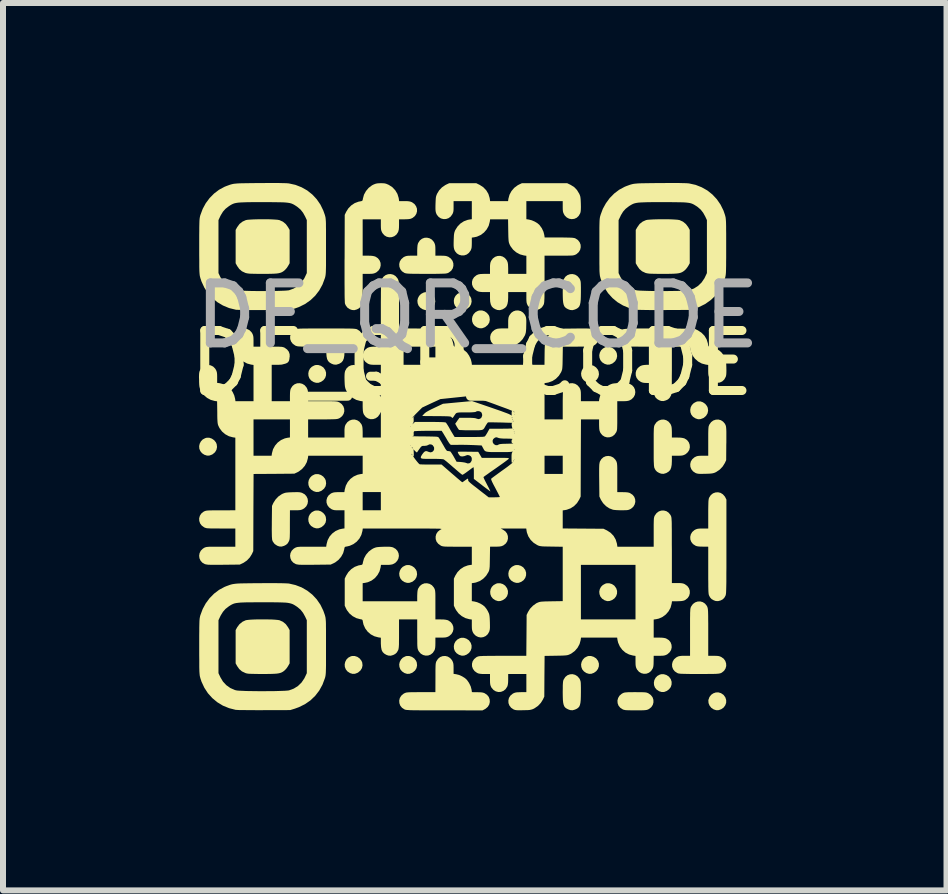
<source format=kicad_pcb>
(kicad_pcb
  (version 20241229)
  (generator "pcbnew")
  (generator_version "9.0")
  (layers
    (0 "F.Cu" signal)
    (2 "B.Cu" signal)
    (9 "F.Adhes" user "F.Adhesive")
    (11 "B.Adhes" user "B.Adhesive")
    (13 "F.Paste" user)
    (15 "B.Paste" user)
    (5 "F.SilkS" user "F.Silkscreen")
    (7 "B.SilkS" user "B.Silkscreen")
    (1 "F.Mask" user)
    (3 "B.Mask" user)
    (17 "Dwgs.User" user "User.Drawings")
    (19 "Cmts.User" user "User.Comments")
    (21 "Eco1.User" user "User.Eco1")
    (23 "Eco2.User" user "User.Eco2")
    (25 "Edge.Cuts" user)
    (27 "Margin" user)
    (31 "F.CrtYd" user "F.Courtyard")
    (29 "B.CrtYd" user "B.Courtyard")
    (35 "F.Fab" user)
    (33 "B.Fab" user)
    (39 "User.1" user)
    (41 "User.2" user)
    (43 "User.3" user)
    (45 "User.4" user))
  (footprint "DF_QR_CODE"
    (layer "F.Cu")
    (at 4.815 3.503)
    (property "Reference" "DF_QR_CODE" (at 0 -0.5 0) (unlocked yes) (layer "F.SilkS") (effects (font (size 1 1) (thickness 0.15))))
    (attr smd)
    (fp_poly (pts (xy -0.958 0.381) (xy -0.959 0.384) (xy -0.968 0.392) (xy -0.969 0.393) (xy -0.97 0.387) (xy -0.968 0.384) (xy -0.96 0.376) (xy -0.958 0.375)) (stroke (width 0) (type solid)) (fill yes) (layer "F.SilkS"))
    (fp_poly (pts (xy -4.377 0.742) (xy -4.334 0.757) (xy -4.296 0.783) (xy -4.267 0.819) (xy -4.254 0.849) (xy -4.248 0.897) (xy -4.258 0.943) (xy -4.282 0.984) (xy -4.32 1.016) (xy -4.332 1.023) (xy -4.375 1.039) (xy -4.415 1.04) (xy -4.457 1.026) (xy -4.459 1.026) (xy -4.499 0.999) (xy -4.527 0.964) (xy -4.543 0.925) (xy -4.546 0.882) (xy -4.537 0.841) (xy -4.517 0.803) (xy -4.487 0.771) (xy -4.445 0.749) (xy -4.42 0.742)) (stroke (width 0) (type solid)) (fill yes) (layer "F.SilkS"))
    (fp_poly (pts (xy -2.561 -0.47) (xy -2.518 -0.457) (xy -2.481 -0.433) (xy -2.474 -0.427) (xy -2.445 -0.387) (xy -2.431 -0.343) (xy -2.432 -0.297) (xy -2.446 -0.255) (xy -2.475 -0.217) (xy -2.514 -0.19) (xy -2.556 -0.174) (xy -2.596 -0.173) (xy -2.639 -0.186) (xy -2.64 -0.187) (xy -2.681 -0.213) (xy -2.709 -0.248) (xy -2.724 -0.288) (xy -2.727 -0.33) (xy -2.719 -0.372) (xy -2.699 -0.41) (xy -2.668 -0.441) (xy -2.627 -0.463) (xy -2.602 -0.47)) (stroke (width 0) (type solid)) (fill yes) (layer "F.SilkS"))
    (fp_poly (pts (xy -2.558 1.349) (xy -2.516 1.363) (xy -2.478 1.389) (xy -2.449 1.425) (xy -2.436 1.455) (xy -2.43 1.504) (xy -2.439 1.55) (xy -2.464 1.59) (xy -2.502 1.622) (xy -2.514 1.629) (xy -2.556 1.645) (xy -2.596 1.646) (xy -2.639 1.633) (xy -2.64 1.632) (xy -2.681 1.605) (xy -2.709 1.571) (xy -2.724 1.531) (xy -2.727 1.488) (xy -2.719 1.447) (xy -2.699 1.409) (xy -2.668 1.377) (xy -2.627 1.355) (xy -2.602 1.348)) (stroke (width 0) (type solid)) (fill yes) (layer "F.SilkS"))
    (fp_poly (pts (xy -2.558 1.955) (xy -2.516 1.969) (xy -2.478 1.996) (xy -2.449 2.031) (xy -2.436 2.061) (xy -2.43 2.11) (xy -2.439 2.156) (xy -2.464 2.196) (xy -2.502 2.228) (xy -2.514 2.235) (xy -2.556 2.251) (xy -2.596 2.252) (xy -2.639 2.239) (xy -2.64 2.238) (xy -2.681 2.212) (xy -2.709 2.177) (xy -2.724 2.137) (xy -2.727 2.095) (xy -2.719 2.053) (xy -2.699 2.015) (xy -2.668 1.983) (xy -2.627 1.961) (xy -2.602 1.955)) (stroke (width 0) (type solid)) (fill yes) (layer "F.SilkS"))
    (fp_poly (pts (xy -1.952 4.38) (xy -1.909 4.394) (xy -1.872 4.42) (xy -1.843 4.456) (xy -1.829 4.486) (xy -1.823 4.535) (xy -1.833 4.581) (xy -1.858 4.621) (xy -1.895 4.653) (xy -1.907 4.66) (xy -1.95 4.676) (xy -1.99 4.677) (xy -2.033 4.664) (xy -2.034 4.663) (xy -2.075 4.636) (xy -2.102 4.602) (xy -2.118 4.562) (xy -2.121 4.519) (xy -2.112 4.478) (xy -2.093 4.44) (xy -2.062 4.408) (xy -2.021 4.386) (xy -1.996 4.379)) (stroke (width 0) (type solid)) (fill yes) (layer "F.SilkS"))
    (fp_poly (pts (xy -1.043 2.864) (xy -1 2.879) (xy -0.962 2.905) (xy -0.933 2.941) (xy -0.92 2.971) (xy -0.914 3.019) (xy -0.924 3.065) (xy -0.948 3.106) (xy -0.986 3.138) (xy -0.998 3.144) (xy -1.041 3.16) (xy -1.081 3.161) (xy -1.123 3.148) (xy -1.125 3.147) (xy -1.165 3.121) (xy -1.193 3.086) (xy -1.208 3.046) (xy -1.212 3.004) (xy -1.203 2.962) (xy -1.183 2.924) (xy -1.153 2.893) (xy -1.111 2.871) (xy -1.086 2.864)) (stroke (width 0) (type solid)) (fill yes) (layer "F.SilkS"))
    (fp_poly (pts (xy -1.043 4.38) (xy -1 4.394) (xy -0.962 4.42) (xy -0.933 4.456) (xy -0.92 4.486) (xy -0.914 4.535) (xy -0.924 4.581) (xy -0.948 4.621) (xy -0.986 4.653) (xy -0.998 4.66) (xy -1.041 4.676) (xy -1.081 4.677) (xy -1.123 4.664) (xy -1.125 4.663) (xy -1.165 4.636) (xy -1.193 4.602) (xy -1.208 4.562) (xy -1.212 4.519) (xy -1.203 4.478) (xy -1.183 4.44) (xy -1.153 4.408) (xy -1.111 4.386) (xy -1.086 4.379)) (stroke (width 0) (type solid)) (fill yes) (layer "F.SilkS"))
    (fp_poly (pts (xy -0.74 -1.683) (xy -0.697 -1.668) (xy -0.659 -1.642) (xy -0.63 -1.606) (xy -0.617 -1.576) (xy -0.611 -1.527) (xy -0.621 -1.482) (xy -0.645 -1.441) (xy -0.683 -1.409) (xy -0.695 -1.402) (xy -0.738 -1.386) (xy -0.777 -1.385) (xy -0.82 -1.399) (xy -0.821 -1.399) (xy -0.862 -1.426) (xy -0.89 -1.46) (xy -0.905 -1.5) (xy -0.909 -1.543) (xy -0.9 -1.584) (xy -0.88 -1.622) (xy -0.849 -1.654) (xy -0.808 -1.676) (xy -0.783 -1.683)) (stroke (width 0) (type solid)) (fill yes) (layer "F.SilkS"))
    (fp_poly (pts (xy -0.136 4.076) (xy -0.093 4.09) (xy -0.056 4.114) (xy -0.049 4.12) (xy -0.02 4.16) (xy -0.006 4.204) (xy -0.007 4.249) (xy -0.022 4.292) (xy -0.05 4.329) (xy -0.089 4.357) (xy -0.131 4.373) (xy -0.171 4.374) (xy -0.214 4.36) (xy -0.215 4.36) (xy -0.256 4.333) (xy -0.284 4.299) (xy -0.299 4.259) (xy -0.302 4.216) (xy -0.294 4.175) (xy -0.274 4.137) (xy -0.243 4.105) (xy -0.202 4.083) (xy -0.177 4.076)) (stroke (width 0) (type solid)) (fill yes) (layer "F.SilkS"))
    (fp_poly (pts (xy -0.133 -1.683) (xy -0.091 -1.668) (xy -0.053 -1.642) (xy -0.024 -1.606) (xy -0.011 -1.576) (xy -0.005 -1.527) (xy -0.015 -1.482) (xy -0.039 -1.441) (xy -0.077 -1.409) (xy -0.089 -1.402) (xy -0.131 -1.386) (xy -0.171 -1.385) (xy -0.214 -1.399) (xy -0.215 -1.399) (xy -0.256 -1.426) (xy -0.284 -1.46) (xy -0.299 -1.5) (xy -0.302 -1.543) (xy -0.294 -1.584) (xy -0.274 -1.622) (xy -0.243 -1.654) (xy -0.202 -1.676) (xy -0.177 -1.683)) (stroke (width 0) (type solid)) (fill yes) (layer "F.SilkS"))
    (fp_poly (pts (xy 0.17 -1.379) (xy 0.212 -1.365) (xy 0.25 -1.338) (xy 0.279 -1.303) (xy 0.292 -1.273) (xy 0.298 -1.224) (xy 0.289 -1.178) (xy 0.264 -1.138) (xy 0.226 -1.106) (xy 0.214 -1.099) (xy 0.172 -1.083) (xy 0.132 -1.082) (xy 0.089 -1.095) (xy 0.088 -1.096) (xy 0.047 -1.123) (xy 0.019 -1.157) (xy 0.004 -1.197) (xy 0.001 -1.239) (xy 0.009 -1.281) (xy 0.029 -1.319) (xy 0.06 -1.351) (xy 0.101 -1.373) (xy 0.126 -1.379)) (stroke (width 0) (type solid)) (fill yes) (layer "F.SilkS"))
    (fp_poly (pts (xy 0.47 3.167) (xy 0.513 3.18) (xy 0.55 3.204) (xy 0.557 3.211) (xy 0.586 3.251) (xy 0.6 3.295) (xy 0.599 3.34) (xy 0.585 3.383) (xy 0.556 3.42) (xy 0.517 3.447) (xy 0.475 3.463) (xy 0.435 3.465) (xy 0.392 3.451) (xy 0.391 3.451) (xy 0.35 3.424) (xy 0.322 3.389) (xy 0.307 3.349) (xy 0.304 3.307) (xy 0.312 3.265) (xy 0.332 3.227) (xy 0.363 3.196) (xy 0.404 3.174) (xy 0.429 3.167)) (stroke (width 0) (type solid)) (fill yes) (layer "F.SilkS"))
    (fp_poly (pts (xy 0.773 2.864) (xy 0.816 2.877) (xy 0.854 2.901) (xy 0.86 2.908) (xy 0.889 2.947) (xy 0.903 2.992) (xy 0.902 3.037) (xy 0.888 3.079) (xy 0.86 3.117) (xy 0.821 3.144) (xy 0.778 3.16) (xy 0.738 3.161) (xy 0.695 3.148) (xy 0.694 3.147) (xy 0.653 3.121) (xy 0.625 3.086) (xy 0.61 3.046) (xy 0.607 3.004) (xy 0.615 2.962) (xy 0.635 2.924) (xy 0.666 2.893) (xy 0.707 2.871) (xy 0.732 2.864)) (stroke (width 0) (type solid)) (fill yes) (layer "F.SilkS"))
    (fp_poly (pts (xy 1.986 4.38) (xy 2.028 4.393) (xy 2.066 4.417) (xy 2.073 4.423) (xy 2.102 4.463) (xy 2.116 4.507) (xy 2.115 4.552) (xy 2.1 4.595) (xy 2.072 4.632) (xy 2.033 4.66) (xy 1.99 4.676) (xy 1.951 4.677) (xy 1.908 4.664) (xy 1.906 4.663) (xy 1.866 4.636) (xy 1.838 4.602) (xy 1.823 4.562) (xy 1.819 4.519) (xy 1.828 4.478) (xy 1.848 4.44) (xy 1.878 4.408) (xy 1.92 4.386) (xy 1.945 4.379)) (stroke (width 0) (type solid)) (fill yes) (layer "F.SilkS"))
    (fp_poly (pts (xy 1.988 -0.47) (xy 2.031 -0.456) (xy 2.069 -0.429) (xy 2.098 -0.393) (xy 2.111 -0.363) (xy 2.117 -0.315) (xy 2.107 -0.269) (xy 2.083 -0.229) (xy 2.045 -0.196) (xy 2.033 -0.19) (xy 1.99 -0.174) (xy 1.951 -0.173) (xy 1.908 -0.186) (xy 1.906 -0.187) (xy 1.866 -0.213) (xy 1.838 -0.248) (xy 1.823 -0.288) (xy 1.819 -0.33) (xy 1.828 -0.372) (xy 1.848 -0.41) (xy 1.878 -0.441) (xy 1.92 -0.463) (xy 1.945 -0.47)) (stroke (width 0) (type solid)) (fill yes) (layer "F.SilkS"))
    (fp_poly (pts (xy 2.289 3.167) (xy 2.331 3.18) (xy 2.369 3.204) (xy 2.376 3.211) (xy 2.405 3.251) (xy 2.419 3.295) (xy 2.418 3.34) (xy 2.403 3.383) (xy 2.375 3.42) (xy 2.336 3.447) (xy 2.293 3.463) (xy 2.254 3.465) (xy 2.211 3.451) (xy 2.21 3.451) (xy 2.169 3.424) (xy 2.141 3.389) (xy 2.126 3.349) (xy 2.122 3.307) (xy 2.131 3.265) (xy 2.151 3.227) (xy 2.182 3.196) (xy 2.223 3.174) (xy 2.248 3.167)) (stroke (width 0) (type solid)) (fill yes) (layer "F.SilkS"))
    (fp_poly (pts (xy 2.291 -0.773) (xy 2.334 -0.759) (xy 2.372 -0.732) (xy 2.401 -0.696) (xy 2.414 -0.666) (xy 2.42 -0.618) (xy 2.41 -0.572) (xy 2.386 -0.532) (xy 2.348 -0.5) (xy 2.336 -0.493) (xy 2.293 -0.477) (xy 2.254 -0.476) (xy 2.211 -0.489) (xy 2.21 -0.49) (xy 2.169 -0.516) (xy 2.141 -0.551) (xy 2.126 -0.591) (xy 2.122 -0.633) (xy 2.131 -0.675) (xy 2.151 -0.713) (xy 2.182 -0.744) (xy 2.223 -0.767) (xy 2.248 -0.773)) (stroke (width 0) (type solid)) (fill yes) (layer "F.SilkS"))
    (fp_poly (pts (xy 3.198 4.683) (xy 3.241 4.696) (xy 3.278 4.72) (xy 3.285 4.726) (xy 3.314 4.766) (xy 3.328 4.81) (xy 3.327 4.855) (xy 3.313 4.898) (xy 3.284 4.935) (xy 3.245 4.963) (xy 3.203 4.979) (xy 3.163 4.98) (xy 3.12 4.967) (xy 3.119 4.966) (xy 3.078 4.939) (xy 3.05 4.905) (xy 3.035 4.865) (xy 3.032 4.823) (xy 3.04 4.781) (xy 3.06 4.743) (xy 3.091 4.711) (xy 3.132 4.689) (xy 3.157 4.683)) (stroke (width 0) (type solid)) (fill yes) (layer "F.SilkS"))
    (fp_poly (pts (xy 3.807 0.136) (xy 3.849 0.151) (xy 3.887 0.177) (xy 3.916 0.213) (xy 3.93 0.243) (xy 3.936 0.291) (xy 3.926 0.337) (xy 3.901 0.378) (xy 3.864 0.41) (xy 3.852 0.416) (xy 3.809 0.432) (xy 3.769 0.434) (xy 3.726 0.42) (xy 3.725 0.419) (xy 3.684 0.393) (xy 3.656 0.358) (xy 3.641 0.318) (xy 3.638 0.276) (xy 3.646 0.234) (xy 3.666 0.196) (xy 3.697 0.165) (xy 3.738 0.143) (xy 3.763 0.136)) (stroke (width 0) (type solid)) (fill yes) (layer "F.SilkS"))
    (fp_poly (pts (xy 4.151 4.999) (xy 4.191 5.026) (xy 4.194 5.029) (xy 4.223 5.069) (xy 4.237 5.113) (xy 4.237 5.158) (xy 4.222 5.201) (xy 4.194 5.239) (xy 4.155 5.266) (xy 4.112 5.282) (xy 4.072 5.283) (xy 4.03 5.27) (xy 4.028 5.269) (xy 3.989 5.243) (xy 3.96 5.206) (xy 3.943 5.164) (xy 3.94 5.119) (xy 3.941 5.111) (xy 3.958 5.064) (xy 3.986 5.027) (xy 4.022 5.002) (xy 4.064 4.987) (xy 4.108 4.986)) (stroke (width 0) (type solid)) (fill yes) (layer "F.SilkS"))
    (fp_poly (pts (xy 1.719 -1.976) (xy 1.757 -1.953) (xy 1.789 -1.916) (xy 1.797 -1.903) (xy 1.803 -1.889) (xy 1.808 -1.874) (xy 1.812 -1.858) (xy 1.814 -1.835) (xy 1.815 -1.804) (xy 1.816 -1.763) (xy 1.816 -1.707) (xy 1.816 -1.686) (xy 1.815 -1.612) (xy 1.813 -1.554) (xy 1.808 -1.508) (xy 1.8 -1.473) (xy 1.789 -1.447) (xy 1.772 -1.427) (xy 1.751 -1.411) (xy 1.723 -1.398) (xy 1.719 -1.396) (xy 1.677 -1.384) (xy 1.637 -1.387) (xy 1.604 -1.399) (xy 1.577 -1.413) (xy 1.556 -1.429) (xy 1.54 -1.448) (xy 1.529 -1.474) (xy 1.521 -1.508) (xy 1.516 -1.553) (xy 1.514 -1.61) (xy 1.513 -1.683) (xy 1.513 -1.688) (xy 1.514 -1.749) (xy 1.514 -1.796) (xy 1.516 -1.831) (xy 1.518 -1.856) (xy 1.521 -1.876) (xy 1.526 -1.891) (xy 1.53 -1.899) (xy 1.556 -1.94) (xy 1.592 -1.968) (xy 1.633 -1.983) (xy 1.676 -1.986)) (stroke (width 0) (type solid)) (fill yes) (layer "F.SilkS"))
    (fp_poly (pts (xy 1.719 4.693) (xy 1.757 4.716) (xy 1.789 4.752) (xy 1.797 4.766) (xy 1.803 4.78) (xy 1.808 4.794) (xy 1.812 4.811) (xy 1.814 4.833) (xy 1.815 4.864) (xy 1.816 4.905) (xy 1.816 4.961) (xy 1.816 4.982) (xy 1.815 5.056) (xy 1.813 5.114) (xy 1.808 5.16) (xy 1.8 5.195) (xy 1.789 5.221) (xy 1.772 5.241) (xy 1.751 5.257) (xy 1.723 5.27) (xy 1.719 5.272) (xy 1.677 5.284) (xy 1.637 5.281) (xy 1.604 5.269) (xy 1.577 5.255) (xy 1.556 5.24) (xy 1.54 5.22) (xy 1.529 5.194) (xy 1.521 5.16) (xy 1.516 5.115) (xy 1.514 5.058) (xy 1.513 4.985) (xy 1.513 4.981) (xy 1.514 4.919) (xy 1.514 4.872) (xy 1.516 4.837) (xy 1.518 4.812) (xy 1.521 4.793) (xy 1.526 4.777) (xy 1.53 4.77) (xy 1.556 4.729) (xy 1.592 4.7) (xy 1.633 4.685) (xy 1.676 4.682)) (stroke (width 0) (type solid)) (fill yes) (layer "F.SilkS"))
    (fp_poly (pts (xy 2.786 4.983) (xy 2.832 4.983) (xy 2.866 4.984) (xy 2.891 4.986) (xy 2.909 4.989) (xy 2.924 4.994) (xy 2.938 5) (xy 2.942 5.002) (xy 2.982 5.031) (xy 3.01 5.067) (xy 3.024 5.109) (xy 3.025 5.152) (xy 3.014 5.194) (xy 2.989 5.232) (xy 2.952 5.262) (xy 2.938 5.269) (xy 2.924 5.275) (xy 2.908 5.279) (xy 2.886 5.282) (xy 2.857 5.284) (xy 2.818 5.285) (xy 2.766 5.285) (xy 2.726 5.285) (xy 2.664 5.285) (xy 2.617 5.284) (xy 2.582 5.283) (xy 2.556 5.281) (xy 2.537 5.277) (xy 2.521 5.273) (xy 2.513 5.269) (xy 2.472 5.242) (xy 2.443 5.207) (xy 2.428 5.166) (xy 2.425 5.122) (xy 2.436 5.08) (xy 2.459 5.041) (xy 2.495 5.01) (xy 2.509 5.002) (xy 2.523 4.995) (xy 2.537 4.99) (xy 2.554 4.987) (xy 2.576 4.985) (xy 2.607 4.983) (xy 2.649 4.983) (xy 2.704 4.982) (xy 2.726 4.982)) (stroke (width 0) (type solid)) (fill yes) (layer "F.SilkS"))
    (fp_poly (pts (xy -3.399 -2.899) (xy -3.339 -2.897) (xy -3.286 -2.894) (xy -3.243 -2.891) (xy -3.214 -2.886) (xy -3.209 -2.885) (xy -3.151 -2.859) (xy -3.102 -2.819) (xy -3.065 -2.768) (xy -3.038 -2.721) (xy -3.038 -2.166) (xy -3.065 -2.119) (xy -3.086 -2.087) (xy -3.112 -2.058) (xy -3.128 -2.043) (xy -3.148 -2.028) (xy -3.169 -2.016) (xy -3.192 -2.007) (xy -3.219 -2) (xy -3.252 -1.995) (xy -3.294 -1.992) (xy -3.347 -1.99) (xy -3.413 -1.989) (xy -3.492 -1.989) (xy -3.565 -1.989) (xy -3.622 -1.99) (xy -3.667 -1.991) (xy -3.702 -1.992) (xy -3.728 -1.995) (xy -3.748 -1.998) (xy -3.765 -2.002) (xy -3.776 -2.005) (xy -3.833 -2.032) (xy -3.878 -2.071) (xy -3.912 -2.119) (xy -3.938 -2.166) (xy -3.938 -2.721) (xy -3.912 -2.768) (xy -3.873 -2.821) (xy -3.823 -2.86) (xy -3.768 -2.885) (xy -3.742 -2.89) (xy -3.703 -2.893) (xy -3.652 -2.896) (xy -3.593 -2.898) (xy -3.529 -2.899) (xy -3.464 -2.899)) (stroke (width 0) (type solid)) (fill yes) (layer "F.SilkS"))
    (fp_poly (pts (xy -3.399 3.77) (xy -3.339 3.771) (xy -3.286 3.774) (xy -3.243 3.778) (xy -3.214 3.782) (xy -3.209 3.783) (xy -3.151 3.809) (xy -3.102 3.849) (xy -3.065 3.9) (xy -3.038 3.948) (xy -3.038 4.502) (xy -3.065 4.549) (xy -3.086 4.581) (xy -3.112 4.61) (xy -3.128 4.625) (xy -3.148 4.64) (xy -3.169 4.652) (xy -3.192 4.661) (xy -3.219 4.668) (xy -3.252 4.673) (xy -3.294 4.676) (xy -3.347 4.678) (xy -3.413 4.679) (xy -3.492 4.679) (xy -3.565 4.679) (xy -3.622 4.678) (xy -3.667 4.677) (xy -3.702 4.676) (xy -3.728 4.674) (xy -3.748 4.671) (xy -3.765 4.667) (xy -3.776 4.663) (xy -3.833 4.636) (xy -3.878 4.597) (xy -3.912 4.549) (xy -3.938 4.502) (xy -3.938 3.948) (xy -3.912 3.9) (xy -3.873 3.848) (xy -3.823 3.808) (xy -3.768 3.783) (xy -3.742 3.779) (xy -3.703 3.775) (xy -3.652 3.772) (xy -3.593 3.77) (xy -3.529 3.769) (xy -3.464 3.769)) (stroke (width 0) (type solid)) (fill yes) (layer "F.SilkS"))
    (fp_poly (pts (xy 3.269 -2.899) (xy 3.329 -2.897) (xy 3.383 -2.894) (xy 3.425 -2.891) (xy 3.455 -2.886) (xy 3.46 -2.885) (xy 3.517 -2.859) (xy 3.566 -2.819) (xy 3.604 -2.768) (xy 3.63 -2.721) (xy 3.63 -2.166) (xy 3.604 -2.119) (xy 3.582 -2.087) (xy 3.557 -2.058) (xy 3.54 -2.043) (xy 3.52 -2.028) (xy 3.499 -2.016) (xy 3.477 -2.007) (xy 3.45 -2) (xy 3.416 -1.995) (xy 3.374 -1.992) (xy 3.321 -1.99) (xy 3.255 -1.989) (xy 3.176 -1.989) (xy 3.104 -1.989) (xy 3.046 -1.99) (xy 3.001 -1.991) (xy 2.967 -1.992) (xy 2.94 -1.995) (xy 2.92 -1.998) (xy 2.903 -2.002) (xy 2.892 -2.005) (xy 2.835 -2.032) (xy 2.79 -2.071) (xy 2.757 -2.119) (xy 2.73 -2.166) (xy 2.73 -2.721) (xy 2.757 -2.768) (xy 2.795 -2.821) (xy 2.845 -2.86) (xy 2.901 -2.885) (xy 2.926 -2.89) (xy 2.966 -2.893) (xy 3.016 -2.896) (xy 3.075 -2.898) (xy 3.139 -2.899) (xy 3.204 -2.899)) (stroke (width 0) (type solid)) (fill yes) (layer "F.SilkS"))
    (fp_poly (pts (xy 0.815 -1.368) (xy 0.852 -1.344) (xy 0.882 -1.308) (xy 0.894 -1.283) (xy 0.9 -1.264) (xy 0.904 -1.241) (xy 0.906 -1.211) (xy 0.906 -1.171) (xy 0.905 -1.126) (xy 0.904 -1.076) (xy 0.901 -1.039) (xy 0.898 -1.012) (xy 0.892 -0.99) (xy 0.885 -0.969) (xy 0.879 -0.957) (xy 0.845 -0.901) (xy 0.798 -0.851) (xy 0.744 -0.813) (xy 0.727 -0.804) (xy 0.706 -0.795) (xy 0.686 -0.789) (xy 0.663 -0.784) (xy 0.635 -0.781) (xy 0.596 -0.78) (xy 0.552 -0.779) (xy 0.501 -0.778) (xy 0.463 -0.778) (xy 0.436 -0.78) (xy 0.416 -0.783) (xy 0.399 -0.789) (xy 0.391 -0.792) (xy 0.35 -0.82) (xy 0.321 -0.856) (xy 0.306 -0.897) (xy 0.304 -0.941) (xy 0.314 -0.984) (xy 0.338 -1.022) (xy 0.375 -1.053) (xy 0.387 -1.06) (xy 0.408 -1.069) (xy 0.43 -1.075) (xy 0.458 -1.078) (xy 0.496 -1.08) (xy 0.515 -1.08) (xy 0.604 -1.08) (xy 0.604 -1.169) (xy 0.604 -1.212) (xy 0.607 -1.244) (xy 0.611 -1.267) (xy 0.619 -1.288) (xy 0.623 -1.296) (xy 0.652 -1.337) (xy 0.689 -1.364) (xy 0.73 -1.378) (xy 0.773 -1.379)) (stroke (width 0) (type solid)) (fill yes) (layer "F.SilkS"))
    (fp_poly (pts (xy -2.897 1.649) (xy -2.869 1.651) (xy -2.846 1.656) (xy -2.83 1.661) (xy -2.787 1.685) (xy -2.757 1.719) (xy -2.738 1.759) (xy -2.733 1.802) (xy -2.74 1.844) (xy -2.76 1.884) (xy -2.793 1.917) (xy -2.817 1.932) (xy -2.838 1.941) (xy -2.86 1.947) (xy -2.888 1.95) (xy -2.926 1.951) (xy -2.944 1.951) (xy -3.033 1.951) (xy -3.034 2.192) (xy -3.034 2.264) (xy -3.034 2.321) (xy -3.035 2.365) (xy -3.036 2.398) (xy -3.038 2.423) (xy -3.041 2.441) (xy -3.045 2.455) (xy -3.05 2.467) (xy -3.05 2.467) (xy -3.071 2.503) (xy -3.098 2.527) (xy -3.131 2.544) (xy -3.172 2.556) (xy -3.211 2.554) (xy -3.246 2.541) (xy -3.288 2.513) (xy -3.318 2.473) (xy -3.329 2.446) (xy -3.331 2.426) (xy -3.334 2.39) (xy -3.335 2.337) (xy -3.336 2.269) (xy -3.335 2.186) (xy -3.335 2.146) (xy -3.332 1.878) (xy -3.309 1.828) (xy -3.274 1.773) (xy -3.228 1.723) (xy -3.173 1.685) (xy -3.156 1.676) (xy -3.134 1.667) (xy -3.113 1.66) (xy -3.089 1.656) (xy -3.058 1.653) (xy -3.016 1.651) (xy -2.988 1.65) (xy -2.935 1.649)) (stroke (width 0) (type solid)) (fill yes) (layer "F.SilkS"))
    (fp_poly (pts (xy 2.315 1.052) (xy 2.355 1.072) (xy 2.388 1.105) (xy 2.403 1.128) (xy 2.409 1.14) (xy 2.413 1.153) (xy 2.417 1.167) (xy 2.419 1.186) (xy 2.421 1.211) (xy 2.422 1.246) (xy 2.422 1.292) (xy 2.422 1.351) (xy 2.422 1.408) (xy 2.422 1.648) (xy 2.511 1.649) (xy 2.559 1.65) (xy 2.594 1.653) (xy 2.621 1.659) (xy 2.635 1.665) (xy 2.676 1.692) (xy 2.705 1.727) (xy 2.72 1.768) (xy 2.723 1.811) (xy 2.712 1.854) (xy 2.689 1.893) (xy 2.653 1.924) (xy 2.639 1.932) (xy 2.621 1.94) (xy 2.602 1.946) (xy 2.58 1.949) (xy 2.549 1.95) (xy 2.506 1.951) (xy 2.492 1.951) (xy 2.447 1.95) (xy 2.405 1.948) (xy 2.372 1.945) (xy 2.351 1.942) (xy 2.29 1.919) (xy 2.234 1.882) (xy 2.186 1.833) (xy 2.149 1.776) (xy 2.147 1.771) (xy 2.124 1.722) (xy 2.121 1.45) (xy 2.12 1.372) (xy 2.12 1.309) (xy 2.12 1.26) (xy 2.121 1.222) (xy 2.122 1.193) (xy 2.125 1.172) (xy 2.128 1.156) (xy 2.131 1.143) (xy 2.132 1.14) (xy 2.157 1.098) (xy 2.19 1.068) (xy 2.23 1.05) (xy 2.273 1.045)) (stroke (width 0) (type solid)) (fill yes) (layer "F.SilkS"))
    (fp_poly (pts (xy 4.149 0.45) (xy 4.186 0.474) (xy 4.216 0.509) (xy 4.228 0.534) (xy 4.232 0.547) (xy 4.235 0.562) (xy 4.237 0.582) (xy 4.239 0.609) (xy 4.24 0.645) (xy 4.24 0.692) (xy 4.24 0.752) (xy 4.24 0.826) (xy 4.239 0.844) (xy 4.237 1.116) (xy 4.214 1.165) (xy 4.179 1.221) (xy 4.132 1.271) (xy 4.077 1.309) (xy 4.061 1.318) (xy 4.04 1.327) (xy 4.02 1.333) (xy 3.998 1.337) (xy 3.969 1.34) (xy 3.93 1.342) (xy 3.886 1.343) (xy 3.835 1.344) (xy 3.797 1.344) (xy 3.77 1.342) (xy 3.75 1.338) (xy 3.734 1.333) (xy 3.725 1.329) (xy 3.684 1.302) (xy 3.656 1.266) (xy 3.64 1.224) (xy 3.638 1.181) (xy 3.648 1.138) (xy 3.672 1.1) (xy 3.709 1.068) (xy 3.721 1.062) (xy 3.742 1.052) (xy 3.764 1.046) (xy 3.792 1.043) (xy 3.83 1.042) (xy 3.849 1.042) (xy 3.938 1.042) (xy 3.938 0.801) (xy 3.938 0.73) (xy 3.938 0.674) (xy 3.939 0.631) (xy 3.94 0.599) (xy 3.942 0.575) (xy 3.944 0.557) (xy 3.948 0.544) (xy 3.953 0.532) (xy 3.957 0.522) (xy 3.986 0.482) (xy 4.022 0.455) (xy 4.064 0.441) (xy 4.107 0.439)) (stroke (width 0) (type solid)) (fill yes) (layer "F.SilkS"))
    (fp_poly (pts (xy 3.241 0.451) (xy 3.278 0.475) (xy 3.308 0.512) (xy 3.315 0.526) (xy 3.324 0.55) (xy 3.329 0.579) (xy 3.331 0.618) (xy 3.332 0.65) (xy 3.332 0.739) (xy 3.42 0.739) (xy 3.468 0.74) (xy 3.503 0.744) (xy 3.53 0.75) (xy 3.545 0.755) (xy 3.586 0.782) (xy 3.614 0.818) (xy 3.629 0.859) (xy 3.632 0.902) (xy 3.622 0.945) (xy 3.598 0.983) (xy 3.562 1.015) (xy 3.548 1.023) (xy 3.527 1.032) (xy 3.505 1.038) (xy 3.478 1.041) (xy 3.439 1.042) (xy 3.421 1.042) (xy 3.332 1.042) (xy 3.332 1.131) (xy 3.329 1.193) (xy 3.32 1.241) (xy 3.305 1.278) (xy 3.28 1.305) (xy 3.247 1.326) (xy 3.234 1.332) (xy 3.193 1.344) (xy 3.153 1.341) (xy 3.12 1.329) (xy 3.084 1.308) (xy 3.059 1.281) (xy 3.042 1.248) (xy 3.038 1.237) (xy 3.036 1.222) (xy 3.033 1.201) (xy 3.032 1.173) (xy 3.03 1.135) (xy 3.029 1.087) (xy 3.029 1.025) (xy 3.029 0.949) (xy 3.029 0.888) (xy 3.029 0.804) (xy 3.029 0.736) (xy 3.029 0.681) (xy 3.03 0.638) (xy 3.031 0.605) (xy 3.032 0.58) (xy 3.035 0.562) (xy 3.037 0.548) (xy 3.041 0.537) (xy 3.046 0.527) (xy 3.048 0.522) (xy 3.077 0.482) (xy 3.114 0.455) (xy 3.155 0.441) (xy 3.199 0.439)) (stroke (width 0) (type solid)) (fill yes) (layer "F.SilkS"))
    (fp_poly (pts (xy -0.706 -2.582) (xy -0.667 -2.559) (xy -0.636 -2.523) (xy -0.628 -2.509) (xy -0.619 -2.488) (xy -0.613 -2.466) (xy -0.61 -2.438) (xy -0.609 -2.399) (xy -0.609 -2.381) (xy -0.609 -2.292) (xy -0.52 -2.292) (xy -0.476 -2.291) (xy -0.445 -2.289) (xy -0.421 -2.284) (xy -0.4 -2.276) (xy -0.392 -2.273) (xy -0.352 -2.244) (xy -0.324 -2.207) (xy -0.31 -2.165) (xy -0.309 -2.122) (xy -0.32 -2.08) (xy -0.345 -2.042) (xy -0.382 -2.013) (xy -0.396 -2.005) (xy -0.406 -2.001) (xy -0.418 -1.998) (xy -0.433 -1.995) (xy -0.454 -1.993) (xy -0.482 -1.992) (xy -0.518 -1.991) (xy -0.565 -1.99) (xy -0.625 -1.989) (xy -0.699 -1.989) (xy -0.76 -1.989) (xy -0.845 -1.989) (xy -0.915 -1.99) (xy -0.97 -1.99) (xy -1.014 -1.991) (xy -1.048 -1.992) (xy -1.073 -1.994) (xy -1.092 -1.996) (xy -1.106 -1.999) (xy -1.117 -2.002) (xy -1.125 -2.005) (xy -1.166 -2.032) (xy -1.194 -2.068) (xy -1.209 -2.109) (xy -1.212 -2.152) (xy -1.202 -2.195) (xy -1.178 -2.233) (xy -1.142 -2.265) (xy -1.128 -2.273) (xy -1.107 -2.282) (xy -1.085 -2.288) (xy -1.058 -2.291) (xy -1.019 -2.292) (xy -1.001 -2.292) (xy -0.912 -2.292) (xy -0.912 -2.381) (xy -0.91 -2.429) (xy -0.907 -2.464) (xy -0.901 -2.49) (xy -0.895 -2.505) (xy -0.868 -2.546) (xy -0.833 -2.574) (xy -0.792 -2.59) (xy -0.749 -2.592)) (stroke (width 0) (type solid)) (fill yes) (layer "F.SilkS"))
    (fp_poly (pts (xy -2.323 -1.079) (xy -2.235 -1.079) (xy -2.162 -1.079) (xy -2.101 -1.078) (xy -2.052 -1.078) (xy -2.013 -1.077) (xy -1.983 -1.076) (xy -1.96 -1.074) (xy -1.943 -1.072) (xy -1.93 -1.07) (xy -1.92 -1.067) (xy -1.911 -1.063) (xy -1.911 -1.063) (xy -1.87 -1.036) (xy -1.842 -1.001) (xy -1.827 -0.96) (xy -1.824 -0.916) (xy -1.834 -0.874) (xy -1.857 -0.835) (xy -1.894 -0.804) (xy -1.907 -0.796) (xy -1.929 -0.787) (xy -1.951 -0.781) (xy -1.978 -0.778) (xy -2.017 -0.777) (xy -2.035 -0.776) (xy -2.124 -0.776) (xy -2.124 -0.688) (xy -2.127 -0.626) (xy -2.136 -0.577) (xy -2.151 -0.541) (xy -2.175 -0.513) (xy -2.209 -0.492) (xy -2.222 -0.487) (xy -2.263 -0.475) (xy -2.303 -0.478) (xy -2.336 -0.49) (xy -2.371 -0.51) (xy -2.397 -0.536) (xy -2.414 -0.57) (xy -2.423 -0.616) (xy -2.427 -0.674) (xy -2.427 -0.69) (xy -2.427 -0.776) (xy -2.668 -0.776) (xy -2.739 -0.777) (xy -2.795 -0.777) (xy -2.838 -0.777) (xy -2.87 -0.779) (xy -2.894 -0.78) (xy -2.912 -0.783) (xy -2.926 -0.787) (xy -2.938 -0.791) (xy -2.947 -0.796) (xy -2.987 -0.825) (xy -3.014 -0.861) (xy -3.029 -0.903) (xy -3.03 -0.946) (xy -3.019 -0.989) (xy -2.994 -1.026) (xy -2.957 -1.056) (xy -2.943 -1.063) (xy -2.935 -1.067) (xy -2.925 -1.07) (xy -2.912 -1.072) (xy -2.895 -1.074) (xy -2.872 -1.076) (xy -2.841 -1.077) (xy -2.802 -1.078) (xy -2.753 -1.078) (xy -2.693 -1.079) (xy -2.619 -1.079) (xy -2.531 -1.079) (xy -2.427 -1.079) (xy -2.427 -1.079)) (stroke (width 0) (type solid)) (fill yes) (layer "F.SilkS"))
    (fp_poly (pts (xy 4.144 1.661) (xy 4.182 1.685) (xy 4.214 1.721) (xy 4.222 1.735) (xy 4.241 1.773) (xy 4.241 2.557) (xy 4.241 2.692) (xy 4.241 2.81) (xy 4.241 2.914) (xy 4.24 3.003) (xy 4.24 3.079) (xy 4.24 3.144) (xy 4.239 3.198) (xy 4.238 3.242) (xy 4.237 3.277) (xy 4.236 3.305) (xy 4.235 3.327) (xy 4.233 3.344) (xy 4.231 3.356) (xy 4.229 3.365) (xy 4.226 3.372) (xy 4.225 3.376) (xy 4.204 3.412) (xy 4.177 3.437) (xy 4.144 3.454) (xy 4.102 3.465) (xy 4.062 3.463) (xy 4.029 3.451) (xy 3.993 3.43) (xy 3.968 3.402) (xy 3.951 3.369) (xy 3.948 3.36) (xy 3.945 3.346) (xy 3.943 3.327) (xy 3.941 3.3) (xy 3.94 3.266) (xy 3.939 3.221) (xy 3.939 3.164) (xy 3.938 3.094) (xy 3.938 3.01) (xy 3.938 2.948) (xy 3.938 2.558) (xy 3.849 2.557) (xy 3.801 2.556) (xy 3.766 2.553) (xy 3.74 2.547) (xy 3.725 2.541) (xy 3.684 2.514) (xy 3.656 2.479) (xy 3.64 2.438) (xy 3.638 2.394) (xy 3.648 2.352) (xy 3.671 2.313) (xy 3.707 2.282) (xy 3.721 2.274) (xy 3.742 2.265) (xy 3.764 2.259) (xy 3.792 2.256) (xy 3.83 2.255) (xy 3.849 2.255) (xy 3.938 2.255) (xy 3.938 2.014) (xy 3.938 1.942) (xy 3.939 1.885) (xy 3.94 1.841) (xy 3.941 1.808) (xy 3.943 1.783) (xy 3.946 1.765) (xy 3.949 1.751) (xy 3.954 1.739) (xy 3.954 1.739) (xy 3.981 1.698) (xy 4.017 1.669) (xy 4.058 1.654) (xy 4.101 1.651)) (stroke (width 0) (type solid)) (fill yes) (layer "F.SilkS"))
    (fp_poly (pts (xy -0.403 4.389) (xy -0.364 4.413) (xy -0.333 4.449) (xy -0.325 4.463) (xy -0.316 4.484) (xy -0.31 4.506) (xy -0.307 4.534) (xy -0.306 4.573) (xy -0.306 4.589) (xy -0.306 4.677) (xy -0.264 4.683) (xy -0.216 4.695) (xy -0.166 4.717) (xy -0.119 4.746) (xy -0.084 4.777) (xy -0.084 4.777) (xy -0.048 4.829) (xy -0.02 4.887) (xy -0.006 4.941) (xy -0.000447 4.982) (xy 0.087 4.983) (xy 0.135 4.984) (xy 0.17 4.987) (xy 0.197 4.994) (xy 0.21 4.999) (xy 0.251 5.026) (xy 0.28 5.061) (xy 0.295 5.102) (xy 0.298 5.146) (xy 0.288 5.188) (xy 0.264 5.227) (xy 0.228 5.258) (xy 0.214 5.266) (xy 0.176 5.286) (xy -0.457 5.285) (xy -0.577 5.285) (xy -0.681 5.285) (xy -0.77 5.285) (xy -0.846 5.285) (xy -0.909 5.284) (xy -0.961 5.284) (xy -1.004 5.283) (xy -1.037 5.282) (xy -1.063 5.28) (xy -1.083 5.279) (xy -1.098 5.277) (xy -1.109 5.275) (xy -1.118 5.272) (xy -1.125 5.269) (xy -1.166 5.242) (xy -1.194 5.207) (xy -1.209 5.166) (xy -1.212 5.122) (xy -1.202 5.08) (xy -1.178 5.041) (xy -1.142 5.01) (xy -1.128 5.002) (xy -1.116 4.996) (xy -1.104 4.992) (xy -1.09 4.988) (xy -1.071 4.986) (xy -1.046 4.984) (xy -1.011 4.983) (xy -0.965 4.983) (xy -0.906 4.982) (xy -0.849 4.982) (xy -0.609 4.982) (xy -0.608 4.742) (xy -0.608 4.67) (xy -0.608 4.613) (xy -0.607 4.569) (xy -0.606 4.536) (xy -0.604 4.511) (xy -0.601 4.493) (xy -0.597 4.479) (xy -0.592 4.467) (xy -0.592 4.467) (xy -0.565 4.426) (xy -0.53 4.397) (xy -0.489 4.382) (xy -0.445 4.379)) (stroke (width 0) (type solid)) (fill yes) (layer "F.SilkS"))
    (fp_poly (pts (xy 3.847 3.482) (xy 3.884 3.506) (xy 3.914 3.543) (xy 3.921 3.557) (xy 3.925 3.567) (xy 3.928 3.578) (xy 3.931 3.592) (xy 3.933 3.611) (xy 3.935 3.636) (xy 3.936 3.67) (xy 3.937 3.713) (xy 3.937 3.767) (xy 3.938 3.835) (xy 3.938 3.917) (xy 3.938 3.984) (xy 3.938 4.376) (xy 4.027 4.376) (xy 4.071 4.377) (xy 4.102 4.379) (xy 4.126 4.384) (xy 4.146 4.392) (xy 4.155 4.396) (xy 4.195 4.424) (xy 4.222 4.461) (xy 4.236 4.503) (xy 4.238 4.546) (xy 4.226 4.588) (xy 4.202 4.626) (xy 4.165 4.656) (xy 4.151 4.663) (xy 4.141 4.667) (xy 4.129 4.67) (xy 4.113 4.673) (xy 4.093 4.675) (xy 4.065 4.677) (xy 4.028 4.678) (xy 3.981 4.678) (xy 3.922 4.679) (xy 3.848 4.679) (xy 3.786 4.679) (xy 3.701 4.679) (xy 3.632 4.679) (xy 3.576 4.678) (xy 3.532 4.677) (xy 3.499 4.676) (xy 3.473 4.675) (xy 3.454 4.672) (xy 3.44 4.67) (xy 3.429 4.666) (xy 3.422 4.663) (xy 3.381 4.636) (xy 3.353 4.601) (xy 3.337 4.56) (xy 3.335 4.516) (xy 3.345 4.474) (xy 3.368 4.435) (xy 3.404 4.404) (xy 3.418 4.396) (xy 3.439 4.386) (xy 3.461 4.381) (xy 3.489 4.377) (xy 3.527 4.376) (xy 3.546 4.376) (xy 3.635 4.376) (xy 3.635 3.984) (xy 3.635 3.891) (xy 3.635 3.815) (xy 3.635 3.752) (xy 3.636 3.701) (xy 3.636 3.662) (xy 3.638 3.631) (xy 3.639 3.608) (xy 3.641 3.591) (xy 3.644 3.578) (xy 3.647 3.568) (xy 3.652 3.559) (xy 3.654 3.553) (xy 3.683 3.513) (xy 3.72 3.486) (xy 3.761 3.472) (xy 3.805 3.47)) (stroke (width 0) (type solid)) (fill yes) (layer "F.SilkS"))
    (fp_poly (pts (xy -1.479 -3.499) (xy -1.45 -3.496) (xy -1.425 -3.489) (xy -1.395 -3.476) (xy -1.386 -3.472) (xy -1.326 -3.433) (xy -1.278 -3.382) (xy -1.242 -3.322) (xy -1.221 -3.254) (xy -1.219 -3.242) (xy -1.213 -3.201) (xy -1.125 -3.201) (xy -1.081 -3.201) (xy -1.05 -3.198) (xy -1.026 -3.193) (xy -1.005 -3.185) (xy -0.998 -3.182) (xy -0.958 -3.153) (xy -0.931 -3.116) (xy -0.916 -3.075) (xy -0.915 -3.031) (xy -0.927 -2.989) (xy -0.951 -2.952) (xy -0.988 -2.922) (xy -1.002 -2.915) (xy -1.025 -2.906) (xy -1.055 -2.901) (xy -1.094 -2.899) (xy -1.126 -2.898) (xy -1.215 -2.898) (xy -1.215 -2.809) (xy -1.216 -2.762) (xy -1.219 -2.727) (xy -1.226 -2.7) (xy -1.231 -2.685) (xy -1.258 -2.644) (xy -1.294 -2.616) (xy -1.335 -2.601) (xy -1.378 -2.598) (xy -1.421 -2.608) (xy -1.459 -2.631) (xy -1.491 -2.668) (xy -1.498 -2.681) (xy -1.508 -2.703) (xy -1.514 -2.725) (xy -1.517 -2.752) (xy -1.518 -2.791) (xy -1.518 -2.809) (xy -1.518 -2.898) (xy -1.821 -2.898) (xy -1.821 -2.292) (xy -1.732 -2.292) (xy -1.684 -2.291) (xy -1.649 -2.287) (xy -1.623 -2.281) (xy -1.608 -2.276) (xy -1.567 -2.249) (xy -1.539 -2.213) (xy -1.523 -2.172) (xy -1.521 -2.129) (xy -1.531 -2.086) (xy -1.554 -2.048) (xy -1.59 -2.016) (xy -1.604 -2.008) (xy -1.625 -1.999) (xy -1.647 -1.993) (xy -1.675 -1.99) (xy -1.714 -1.989) (xy -1.732 -1.989) (xy -1.821 -1.989) (xy -1.821 -1.749) (xy -1.821 -1.677) (xy -1.822 -1.62) (xy -1.823 -1.576) (xy -1.824 -1.542) (xy -1.826 -1.518) (xy -1.829 -1.5) (xy -1.833 -1.486) (xy -1.837 -1.474) (xy -1.837 -1.474) (xy -1.858 -1.438) (xy -1.885 -1.413) (xy -1.918 -1.396) (xy -1.96 -1.384) (xy -1.999 -1.387) (xy -2.034 -1.399) (xy -2.076 -1.427) (xy -2.105 -1.467) (xy -2.116 -1.494) (xy -2.118 -1.509) (xy -2.119 -1.54) (xy -2.121 -1.587) (xy -2.122 -1.65) (xy -2.122 -1.73) (xy -2.123 -1.826) (xy -2.123 -1.94) (xy -2.123 -2.07) (xy -2.123 -2.217) (xy -2.122 -2.249) (xy -2.12 -2.972) (xy -2.097 -3.021) (xy -2.06 -3.08) (xy -2.011 -3.13) (xy -1.954 -3.168) (xy -1.89 -3.192) (xy -1.863 -3.197) (xy -1.839 -3.202) (xy -1.826 -3.209) (xy -1.82 -3.224) (xy -1.817 -3.243) (xy -1.799 -3.309) (xy -1.766 -3.369) (xy -1.721 -3.422) (xy -1.666 -3.464) (xy -1.641 -3.477) (xy -1.611 -3.489) (xy -1.583 -3.496) (xy -1.551 -3.499) (xy -1.518 -3.5)) (stroke (width 0) (type solid)) (fill yes) (layer "F.SilkS"))
    (fp_poly (pts (xy 2.914 -1.079) (xy 3.017 -1.078) (xy 3.133 -1.078) (xy 3.709 -1.075) (xy 3.767 -1.047) (xy 3.826 -1.008) (xy 3.875 -0.958) (xy 3.911 -0.898) (xy 3.932 -0.831) (xy 3.934 -0.818) (xy 3.938 -0.794) (xy 3.945 -0.781) (xy 3.96 -0.776) (xy 3.98 -0.773) (xy 4.028 -0.76) (xy 4.078 -0.739) (xy 4.124 -0.71) (xy 4.159 -0.679) (xy 4.159 -0.679) (xy 4.182 -0.649) (xy 4.204 -0.613) (xy 4.214 -0.595) (xy 4.223 -0.573) (xy 4.229 -0.553) (xy 4.234 -0.529) (xy 4.237 -0.498) (xy 4.239 -0.455) (xy 4.24 -0.427) (xy 4.241 -0.375) (xy 4.24 -0.337) (xy 4.238 -0.309) (xy 4.234 -0.286) (xy 4.228 -0.27) (xy 4.204 -0.227) (xy 4.17 -0.196) (xy 4.131 -0.178) (xy 4.088 -0.173) (xy 4.045 -0.18) (xy 4.005 -0.2) (xy 3.972 -0.233) (xy 3.957 -0.257) (xy 3.948 -0.278) (xy 3.942 -0.3) (xy 3.939 -0.328) (xy 3.938 -0.367) (xy 3.938 -0.383) (xy 3.938 -0.471) (xy 3.897 -0.477) (xy 3.83 -0.495) (xy 3.77 -0.528) (xy 3.718 -0.573) (xy 3.677 -0.628) (xy 3.649 -0.691) (xy 3.639 -0.735) (xy 3.633 -0.776) (xy 3.332 -0.776) (xy 3.332 -0.385) (xy 3.331 -0.291) (xy 3.331 -0.214) (xy 3.331 -0.15) (xy 3.33 -0.099) (xy 3.329 -0.059) (xy 3.328 -0.028) (xy 3.326 -0.005) (xy 3.324 0.013) (xy 3.321 0.026) (xy 3.318 0.036) (xy 3.315 0.042) (xy 3.294 0.078) (xy 3.267 0.103) (xy 3.234 0.119) (xy 3.193 0.131) (xy 3.153 0.129) (xy 3.12 0.117) (xy 3.085 0.096) (xy 3.059 0.07) (xy 3.042 0.036) (xy 3.032 -0.009) (xy 3.029 -0.068) (xy 3.029 -0.083) (xy 3.029 -0.17) (xy 2.94 -0.17) (xy 2.896 -0.171) (xy 2.865 -0.173) (xy 2.841 -0.178) (xy 2.82 -0.186) (xy 2.812 -0.19) (xy 2.772 -0.218) (xy 2.744 -0.255) (xy 2.73 -0.297) (xy 2.729 -0.34) (xy 2.74 -0.382) (xy 2.765 -0.42) (xy 2.802 -0.45) (xy 2.816 -0.457) (xy 2.839 -0.465) (xy 2.868 -0.47) (xy 2.908 -0.473) (xy 2.94 -0.473) (xy 3.029 -0.473) (xy 3.029 -0.776) (xy 2.788 -0.776) (xy 2.717 -0.777) (xy 2.661 -0.777) (xy 2.618 -0.777) (xy 2.585 -0.779) (xy 2.562 -0.78) (xy 2.544 -0.783) (xy 2.53 -0.787) (xy 2.518 -0.791) (xy 2.509 -0.796) (xy 2.468 -0.825) (xy 2.44 -0.863) (xy 2.426 -0.907) (xy 2.427 -0.953) (xy 2.443 -0.999) (xy 2.462 -1.027) (xy 2.471 -1.037) (xy 2.479 -1.046) (xy 2.488 -1.053) (xy 2.5 -1.06) (xy 2.515 -1.065) (xy 2.535 -1.069) (xy 2.561 -1.072) (xy 2.594 -1.075) (xy 2.636 -1.077) (xy 2.688 -1.078) (xy 2.75 -1.079) (xy 2.825 -1.079)) (stroke (width 0) (type solid)) (fill yes) (layer "F.SilkS"))
    (fp_poly (pts (xy -1.382 2.558) (xy -1.353 2.561) (xy -1.331 2.565) (xy -1.314 2.57) (xy -1.271 2.595) (xy -1.241 2.628) (xy -1.223 2.668) (xy -1.217 2.711) (xy -1.225 2.754) (xy -1.245 2.793) (xy -1.277 2.827) (xy -1.301 2.841) (xy -1.322 2.851) (xy -1.345 2.856) (xy -1.373 2.86) (xy -1.412 2.861) (xy -1.428 2.861) (xy -1.516 2.861) (xy -1.522 2.902) (xy -1.54 2.969) (xy -1.573 3.029) (xy -1.617 3.081) (xy -1.672 3.122) (xy -1.735 3.15) (xy -1.78 3.16) (xy -1.821 3.166) (xy -1.821 3.467) (xy -0.912 3.467) (xy -0.912 3.378) (xy -0.91 3.33) (xy -0.907 3.295) (xy -0.901 3.269) (xy -0.895 3.254) (xy -0.868 3.213) (xy -0.833 3.185) (xy -0.792 3.169) (xy -0.749 3.167) (xy -0.706 3.177) (xy -0.667 3.2) (xy -0.636 3.236) (xy -0.628 3.25) (xy -0.622 3.262) (xy -0.618 3.274) (xy -0.614 3.289) (xy -0.612 3.308) (xy -0.61 3.333) (xy -0.609 3.368) (xy -0.609 3.413) (xy -0.609 3.472) (xy -0.609 3.529) (xy -0.609 3.77) (xy -0.52 3.77) (xy -0.472 3.771) (xy -0.437 3.775) (xy -0.41 3.781) (xy -0.396 3.786) (xy -0.355 3.813) (xy -0.327 3.849) (xy -0.311 3.89) (xy -0.308 3.933) (xy -0.319 3.976) (xy -0.342 4.014) (xy -0.378 4.046) (xy -0.392 4.054) (xy -0.413 4.063) (xy -0.435 4.069) (xy -0.463 4.072) (xy -0.501 4.073) (xy -0.52 4.073) (xy -0.609 4.073) (xy -0.609 4.162) (xy -0.61 4.21) (xy -0.613 4.245) (xy -0.619 4.271) (xy -0.625 4.286) (xy -0.652 4.327) (xy -0.687 4.355) (xy -0.728 4.371) (xy -0.772 4.373) (xy -0.814 4.363) (xy -0.853 4.34) (xy -0.884 4.304) (xy -0.892 4.29) (xy -0.898 4.278) (xy -0.902 4.266) (xy -0.906 4.251) (xy -0.908 4.233) (xy -0.91 4.207) (xy -0.911 4.172) (xy -0.911 4.127) (xy -0.912 4.068) (xy -0.912 4.011) (xy -0.912 3.77) (xy -1.215 3.77) (xy -1.215 4.01) (xy -1.215 4.082) (xy -1.216 4.139) (xy -1.216 4.183) (xy -1.218 4.217) (xy -1.22 4.241) (xy -1.223 4.259) (xy -1.226 4.273) (xy -1.231 4.285) (xy -1.231 4.285) (xy -1.252 4.321) (xy -1.279 4.346) (xy -1.312 4.363) (xy -1.354 4.375) (xy -1.394 4.372) (xy -1.427 4.36) (xy -1.462 4.339) (xy -1.488 4.313) (xy -1.505 4.279) (xy -1.514 4.233) (xy -1.518 4.174) (xy -1.518 4.161) (xy -1.518 4.075) (xy -1.559 4.069) (xy -1.625 4.051) (xy -1.686 4.019) (xy -1.738 3.974) (xy -1.779 3.919) (xy -1.807 3.857) (xy -1.817 3.812) (xy -1.821 3.788) (xy -1.828 3.775) (xy -1.843 3.769) (xy -1.863 3.766) (xy -1.928 3.748) (xy -1.989 3.715) (xy -2.042 3.67) (xy -2.084 3.615) (xy -2.097 3.59) (xy -2.12 3.541) (xy -2.12 3.09) (xy -2.097 3.041) (xy -2.06 2.982) (xy -2.011 2.932) (xy -1.954 2.894) (xy -1.89 2.87) (xy -1.863 2.865) (xy -1.839 2.861) (xy -1.826 2.853) (xy -1.82 2.838) (xy -1.817 2.819) (xy -1.799 2.754) (xy -1.766 2.693) (xy -1.721 2.64) (xy -1.666 2.599) (xy -1.641 2.585) (xy -1.619 2.576) (xy -1.598 2.569) (xy -1.574 2.565) (xy -1.543 2.562) (xy -1.501 2.56) (xy -1.472 2.559) (xy -1.42 2.558)) (stroke (width 0) (type solid)) (fill yes) (layer "F.SilkS"))
    (fp_poly (pts (xy -3.219 -3.503) (xy -3.149 -3.501) (xy -3.095 -3.5) (xy -3.059 -3.497) (xy -3.049 -3.496) (xy -2.941 -3.472) (xy -2.839 -3.432) (xy -2.745 -3.379) (xy -2.661 -3.312) (xy -2.587 -3.233) (xy -2.525 -3.143) (xy -2.477 -3.044) (xy -2.451 -2.971) (xy -2.447 -2.956) (xy -2.443 -2.941) (xy -2.44 -2.926) (xy -2.438 -2.908) (xy -2.436 -2.886) (xy -2.434 -2.858) (xy -2.433 -2.824) (xy -2.433 -2.781) (xy -2.432 -2.727) (xy -2.432 -2.662) (xy -2.432 -2.583) (xy -2.432 -2.488) (xy -2.432 -2.444) (xy -2.432 -2.343) (xy -2.432 -2.257) (xy -2.432 -2.186) (xy -2.432 -2.128) (xy -2.433 -2.08) (xy -2.434 -2.042) (xy -2.435 -2.012) (xy -2.437 -1.988) (xy -2.439 -1.969) (xy -2.442 -1.952) (xy -2.445 -1.938) (xy -2.449 -1.923) (xy -2.451 -1.917) (xy -2.491 -1.81) (xy -2.545 -1.712) (xy -2.612 -1.625) (xy -2.691 -1.55) (xy -2.782 -1.486) (xy -2.883 -1.436) (xy -2.951 -1.412) (xy -3.029 -1.388) (xy -3.462 -1.386) (xy -3.549 -1.386) (xy -3.631 -1.386) (xy -3.707 -1.386) (xy -3.776 -1.387) (xy -3.835 -1.388) (xy -3.883 -1.389) (xy -3.917 -1.39) (xy -3.936 -1.391) (xy -3.937 -1.392) (xy -4.047 -1.419) (xy -4.15 -1.462) (xy -4.244 -1.518) (xy -4.327 -1.587) (xy -4.4 -1.668) (xy -4.46 -1.76) (xy -4.507 -1.862) (xy -4.525 -1.916) (xy -4.529 -1.931) (xy -4.533 -1.946) (xy -4.536 -1.962) (xy -4.538 -1.979) (xy -4.54 -2.001) (xy -4.54 -2.002) (xy -4.224 -2.002) (xy -4.192 -1.934) (xy -4.149 -1.863) (xy -4.093 -1.803) (xy -4.027 -1.755) (xy -3.952 -1.722) (xy -3.933 -1.717) (xy -3.911 -1.713) (xy -3.874 -1.71) (xy -3.824 -1.708) (xy -3.763 -1.706) (xy -3.694 -1.704) (xy -3.62 -1.703) (xy -3.541 -1.702) (xy -3.461 -1.702) (xy -3.382 -1.703) (xy -3.306 -1.704) (xy -3.235 -1.705) (xy -3.172 -1.707) (xy -3.119 -1.709) (xy -3.078 -1.712) (xy -3.051 -1.715) (xy -3.047 -1.716) (xy -2.969 -1.745) (xy -2.9 -1.789) (xy -2.841 -1.845) (xy -2.794 -1.914) (xy -2.784 -1.934) (xy -2.752 -2.002) (xy -2.752 -2.885) (xy -2.78 -2.945) (xy -2.815 -3.008) (xy -2.855 -3.059) (xy -2.904 -3.101) (xy -2.922 -3.114) (xy -2.945 -3.129) (xy -2.966 -3.142) (xy -2.988 -3.153) (xy -3.01 -3.162) (xy -3.036 -3.169) (xy -3.066 -3.174) (xy -3.103 -3.178) (xy -3.147 -3.181) (xy -3.202 -3.182) (xy -3.268 -3.183) (xy -3.348 -3.184) (xy -3.442 -3.184) (xy -3.488 -3.184) (xy -3.589 -3.184) (xy -3.675 -3.184) (xy -3.747 -3.183) (xy -3.806 -3.181) (xy -3.855 -3.179) (xy -3.895 -3.176) (xy -3.928 -3.171) (xy -3.956 -3.165) (xy -3.979 -3.157) (xy -4.001 -3.147) (xy -4.022 -3.135) (xy -4.044 -3.121) (xy -4.054 -3.114) (xy -4.107 -3.073) (xy -4.149 -3.026) (xy -4.185 -2.967) (xy -4.196 -2.945) (xy -4.224 -2.885) (xy -4.224 -2.002) (xy -4.54 -2.002) (xy -4.542 -2.029) (xy -4.543 -2.063) (xy -4.544 -2.107) (xy -4.544 -2.16) (xy -4.544 -2.226) (xy -4.545 -2.305) (xy -4.545 -2.399) (xy -4.545 -2.444) (xy -4.545 -2.545) (xy -4.545 -2.63) (xy -4.544 -2.701) (xy -4.544 -2.759) (xy -4.543 -2.807) (xy -4.542 -2.845) (xy -4.541 -2.875) (xy -4.539 -2.899) (xy -4.537 -2.918) (xy -4.534 -2.935) (xy -4.531 -2.949) (xy -4.527 -2.964) (xy -4.525 -2.97) (xy -4.487 -3.072) (xy -4.436 -3.166) (xy -4.372 -3.252) (xy -4.297 -3.328) (xy -4.214 -3.391) (xy -4.123 -3.44) (xy -4.091 -3.453) (xy -4.063 -3.463) (xy -4.039 -3.472) (xy -4.016 -3.479) (xy -3.993 -3.485) (xy -3.968 -3.49) (xy -3.939 -3.493) (xy -3.904 -3.496) (xy -3.862 -3.498) (xy -3.811 -3.499) (xy -3.748 -3.5) (xy -3.673 -3.501) (xy -3.583 -3.502) (xy -3.531 -3.502) (xy -3.41 -3.503) (xy -3.306 -3.503)) (stroke (width 0) (type solid)) (fill yes) (layer "F.SilkS"))
    (fp_poly (pts (xy -3.219 3.166) (xy -3.149 3.167) (xy -3.095 3.169) (xy -3.059 3.171) (xy -3.049 3.172) (xy -2.941 3.197) (xy -2.839 3.236) (xy -2.745 3.29) (xy -2.661 3.356) (xy -2.587 3.435) (xy -2.525 3.525) (xy -2.477 3.624) (xy -2.451 3.697) (xy -2.447 3.713) (xy -2.443 3.727) (xy -2.44 3.743) (xy -2.438 3.761) (xy -2.436 3.782) (xy -2.434 3.81) (xy -2.433 3.844) (xy -2.433 3.888) (xy -2.432 3.941) (xy -2.432 4.007) (xy -2.432 4.086) (xy -2.432 4.18) (xy -2.432 4.225) (xy -2.432 4.326) (xy -2.432 4.411) (xy -2.432 4.482) (xy -2.432 4.54) (xy -2.433 4.588) (xy -2.434 4.626) (xy -2.435 4.656) (xy -2.437 4.68) (xy -2.439 4.7) (xy -2.442 4.716) (xy -2.445 4.731) (xy -2.449 4.745) (xy -2.451 4.751) (xy -2.491 4.858) (xy -2.545 4.956) (xy -2.612 5.043) (xy -2.691 5.119) (xy -2.782 5.182) (xy -2.883 5.232) (xy -2.951 5.257) (xy -3.029 5.281) (xy -3.462 5.282) (xy -3.549 5.283) (xy -3.631 5.282) (xy -3.707 5.282) (xy -3.776 5.281) (xy -3.835 5.281) (xy -3.883 5.28) (xy -3.917 5.278) (xy -3.936 5.277) (xy -3.937 5.277) (xy -4.047 5.249) (xy -4.15 5.207) (xy -4.244 5.15) (xy -4.327 5.081) (xy -4.4 5) (xy -4.46 4.908) (xy -4.507 4.807) (xy -4.525 4.752) (xy -4.529 4.737) (xy -4.533 4.722) (xy -4.536 4.707) (xy -4.538 4.689) (xy -4.54 4.667) (xy -4.54 4.666) (xy -4.224 4.666) (xy -4.192 4.734) (xy -4.149 4.806) (xy -4.093 4.866) (xy -4.027 4.913) (xy -3.952 4.946) (xy -3.933 4.951) (xy -3.911 4.955) (xy -3.874 4.958) (xy -3.824 4.96) (xy -3.763 4.963) (xy -3.694 4.964) (xy -3.62 4.965) (xy -3.541 4.966) (xy -3.461 4.966) (xy -3.382 4.965) (xy -3.306 4.965) (xy -3.235 4.963) (xy -3.172 4.961) (xy -3.119 4.959) (xy -3.078 4.956) (xy -3.051 4.953) (xy -3.047 4.952) (xy -2.969 4.923) (xy -2.9 4.88) (xy -2.841 4.823) (xy -2.794 4.754) (xy -2.784 4.734) (xy -2.752 4.666) (xy -2.752 3.783) (xy -2.78 3.723) (xy -2.815 3.66) (xy -2.855 3.609) (xy -2.904 3.567) (xy -2.922 3.554) (xy -2.945 3.539) (xy -2.966 3.526) (xy -2.988 3.515) (xy -3.01 3.507) (xy -3.036 3.5) (xy -3.066 3.494) (xy -3.103 3.49) (xy -3.147 3.488) (xy -3.202 3.486) (xy -3.268 3.485) (xy -3.348 3.484) (xy -3.442 3.484) (xy -3.488 3.484) (xy -3.589 3.484) (xy -3.675 3.485) (xy -3.747 3.485) (xy -3.806 3.487) (xy -3.855 3.489) (xy -3.895 3.493) (xy -3.928 3.497) (xy -3.956 3.503) (xy -3.979 3.511) (xy -4.001 3.521) (xy -4.022 3.533) (xy -4.044 3.547) (xy -4.054 3.554) (xy -4.107 3.595) (xy -4.149 3.643) (xy -4.185 3.701) (xy -4.196 3.723) (xy -4.224 3.783) (xy -4.224 4.666) (xy -4.54 4.666) (xy -4.542 4.64) (xy -4.543 4.605) (xy -4.544 4.562) (xy -4.544 4.508) (xy -4.544 4.443) (xy -4.545 4.364) (xy -4.545 4.27) (xy -4.545 4.225) (xy -4.545 4.124) (xy -4.545 4.039) (xy -4.544 3.967) (xy -4.544 3.909) (xy -4.543 3.862) (xy -4.542 3.823) (xy -4.541 3.793) (xy -4.539 3.769) (xy -4.537 3.75) (xy -4.534 3.734) (xy -4.531 3.719) (xy -4.527 3.704) (xy -4.525 3.698) (xy -4.487 3.596) (xy -4.436 3.502) (xy -4.372 3.416) (xy -4.297 3.34) (xy -4.214 3.277) (xy -4.123 3.228) (xy -4.091 3.215) (xy -4.063 3.205) (xy -4.039 3.196) (xy -4.016 3.189) (xy -3.993 3.183) (xy -3.968 3.179) (xy -3.939 3.175) (xy -3.904 3.172) (xy -3.862 3.17) (xy -3.811 3.169) (xy -3.748 3.168) (xy -3.673 3.167) (xy -3.583 3.166) (xy -3.531 3.166) (xy -3.41 3.165) (xy -3.306 3.165)) (stroke (width 0) (type solid)) (fill yes) (layer "F.SilkS"))
    (fp_poly (pts (xy 3.45 -3.503) (xy 3.52 -3.501) (xy 3.573 -3.5) (xy 3.609 -3.497) (xy 3.619 -3.496) (xy 3.728 -3.472) (xy 3.829 -3.432) (xy 3.923 -3.379) (xy 4.007 -3.312) (xy 4.081 -3.233) (xy 4.143 -3.143) (xy 4.192 -3.044) (xy 4.217 -2.971) (xy 4.221 -2.956) (xy 4.225 -2.941) (xy 4.228 -2.926) (xy 4.23 -2.908) (xy 4.232 -2.886) (xy 4.234 -2.858) (xy 4.235 -2.824) (xy 4.236 -2.781) (xy 4.236 -2.727) (xy 4.237 -2.662) (xy 4.237 -2.583) (xy 4.237 -2.488) (xy 4.237 -2.444) (xy 4.237 -2.343) (xy 4.237 -2.257) (xy 4.236 -2.186) (xy 4.236 -2.128) (xy 4.235 -2.08) (xy 4.234 -2.042) (xy 4.233 -2.012) (xy 4.231 -1.988) (xy 4.229 -1.969) (xy 4.226 -1.952) (xy 4.223 -1.938) (xy 4.219 -1.923) (xy 4.217 -1.917) (xy 4.177 -1.81) (xy 4.124 -1.712) (xy 4.057 -1.625) (xy 3.977 -1.55) (xy 3.886 -1.486) (xy 3.785 -1.436) (xy 3.717 -1.412) (xy 3.639 -1.388) (xy 3.206 -1.386) (xy 3.12 -1.386) (xy 3.037 -1.386) (xy 2.961 -1.386) (xy 2.892 -1.387) (xy 2.833 -1.388) (xy 2.786 -1.389) (xy 2.751 -1.39) (xy 2.732 -1.391) (xy 2.731 -1.392) (xy 2.621 -1.419) (xy 2.518 -1.462) (xy 2.424 -1.518) (xy 2.341 -1.587) (xy 2.268 -1.668) (xy 2.208 -1.76) (xy 2.161 -1.862) (xy 2.143 -1.916) (xy 2.139 -1.931) (xy 2.135 -1.946) (xy 2.132 -1.962) (xy 2.13 -1.979) (xy 2.128 -2.001) (xy 2.128 -2.002) (xy 2.444 -2.002) (xy 2.476 -1.934) (xy 2.52 -1.863) (xy 2.575 -1.803) (xy 2.641 -1.755) (xy 2.716 -1.722) (xy 2.735 -1.717) (xy 2.757 -1.713) (xy 2.795 -1.71) (xy 2.845 -1.708) (xy 2.905 -1.706) (xy 2.974 -1.704) (xy 3.049 -1.703) (xy 3.127 -1.702) (xy 3.207 -1.702) (xy 3.286 -1.703) (xy 3.362 -1.704) (xy 3.433 -1.705) (xy 3.496 -1.707) (xy 3.549 -1.709) (xy 3.591 -1.712) (xy 3.617 -1.715) (xy 3.622 -1.716) (xy 3.7 -1.745) (xy 3.769 -1.789) (xy 3.827 -1.845) (xy 3.874 -1.914) (xy 3.884 -1.934) (xy 3.916 -2.002) (xy 3.916 -2.885) (xy 3.888 -2.945) (xy 3.853 -3.008) (xy 3.813 -3.059) (xy 3.765 -3.101) (xy 3.747 -3.114) (xy 3.723 -3.129) (xy 3.702 -3.142) (xy 3.681 -3.153) (xy 3.658 -3.162) (xy 3.633 -3.169) (xy 3.602 -3.174) (xy 3.566 -3.178) (xy 3.521 -3.181) (xy 3.466 -3.182) (xy 3.4 -3.183) (xy 3.32 -3.184) (xy 3.226 -3.184) (xy 3.18 -3.184) (xy 3.079 -3.184) (xy 2.993 -3.184) (xy 2.921 -3.183) (xy 2.862 -3.181) (xy 2.813 -3.179) (xy 2.773 -3.176) (xy 2.74 -3.171) (xy 2.713 -3.165) (xy 2.689 -3.157) (xy 2.668 -3.147) (xy 2.647 -3.135) (xy 2.624 -3.121) (xy 2.614 -3.114) (xy 2.561 -3.073) (xy 2.519 -3.026) (xy 2.483 -2.967) (xy 2.473 -2.945) (xy 2.444 -2.885) (xy 2.444 -2.002) (xy 2.128 -2.002) (xy 2.126 -2.029) (xy 2.125 -2.063) (xy 2.125 -2.107) (xy 2.124 -2.16) (xy 2.124 -2.226) (xy 2.124 -2.305) (xy 2.124 -2.399) (xy 2.124 -2.444) (xy 2.124 -2.545) (xy 2.124 -2.63) (xy 2.124 -2.701) (xy 2.124 -2.759) (xy 2.125 -2.807) (xy 2.126 -2.845) (xy 2.127 -2.875) (xy 2.129 -2.899) (xy 2.131 -2.918) (xy 2.134 -2.935) (xy 2.137 -2.949) (xy 2.142 -2.964) (xy 2.143 -2.97) (xy 2.181 -3.072) (xy 2.233 -3.166) (xy 2.296 -3.252) (xy 2.371 -3.328) (xy 2.454 -3.391) (xy 2.545 -3.44) (xy 2.577 -3.453) (xy 2.605 -3.463) (xy 2.629 -3.472) (xy 2.652 -3.479) (xy 2.675 -3.485) (xy 2.701 -3.49) (xy 2.73 -3.493) (xy 2.764 -3.496) (xy 2.806 -3.498) (xy 2.858 -3.499) (xy 2.92 -3.5) (xy 2.995 -3.501) (xy 3.085 -3.502) (xy 3.137 -3.502) (xy 3.258 -3.503) (xy 3.363 -3.503)) (stroke (width 0) (type solid)) (fill yes) (layer "F.SilkS"))
    (fp_poly (pts (xy 0.129 -3.472) (xy 0.189 -3.433) (xy 0.238 -3.382) (xy 0.274 -3.322) (xy 0.295 -3.254) (xy 0.297 -3.242) (xy 0.303 -3.201) (xy 0.602 -3.201) (xy 0.608 -3.242) (xy 0.626 -3.308) (xy 0.659 -3.369) (xy 0.704 -3.422) (xy 0.76 -3.464) (xy 0.784 -3.477) (xy 0.833 -3.5) (xy 1.587 -3.5) (xy 1.645 -3.472) (xy 1.704 -3.435) (xy 1.75 -3.387) (xy 1.787 -3.326) (xy 1.789 -3.323) (xy 1.798 -3.301) (xy 1.805 -3.281) (xy 1.809 -3.257) (xy 1.812 -3.226) (xy 1.814 -3.183) (xy 1.815 -3.155) (xy 1.816 -3.103) (xy 1.815 -3.065) (xy 1.813 -3.036) (xy 1.809 -3.014) (xy 1.804 -2.998) (xy 1.779 -2.955) (xy 1.746 -2.924) (xy 1.706 -2.906) (xy 1.663 -2.901) (xy 1.62 -2.908) (xy 1.581 -2.928) (xy 1.547 -2.961) (xy 1.533 -2.985) (xy 1.523 -3.006) (xy 1.517 -3.028) (xy 1.514 -3.055) (xy 1.513 -3.094) (xy 1.513 -3.112) (xy 1.513 -3.201) (xy 0.907 -3.201) (xy 0.907 -2.9) (xy 0.948 -2.894) (xy 0.996 -2.882) (xy 1.047 -2.86) (xy 1.093 -2.832) (xy 1.128 -2.801) (xy 1.128 -2.8) (xy 1.165 -2.749) (xy 1.192 -2.691) (xy 1.206 -2.636) (xy 1.212 -2.595) (xy 1.451 -2.595) (xy 1.523 -2.595) (xy 1.58 -2.594) (xy 1.624 -2.593) (xy 1.657 -2.592) (xy 1.681 -2.59) (xy 1.7 -2.587) (xy 1.714 -2.584) (xy 1.726 -2.579) (xy 1.726 -2.579) (xy 1.767 -2.552) (xy 1.795 -2.516) (xy 1.811 -2.475) (xy 1.813 -2.432) (xy 1.803 -2.389) (xy 1.78 -2.351) (xy 1.744 -2.319) (xy 1.73 -2.311) (xy 1.718 -2.306) (xy 1.706 -2.301) (xy 1.691 -2.298) (xy 1.673 -2.295) (xy 1.647 -2.294) (xy 1.612 -2.293) (xy 1.567 -2.292) (xy 1.508 -2.292) (xy 1.451 -2.292) (xy 1.21 -2.292) (xy 1.21 -1.9) (xy 1.21 -1.807) (xy 1.21 -1.729) (xy 1.209 -1.666) (xy 1.209 -1.615) (xy 1.208 -1.575) (xy 1.206 -1.544) (xy 1.205 -1.52) (xy 1.202 -1.503) (xy 1.2 -1.49) (xy 1.196 -1.48) (xy 1.194 -1.473) (xy 1.167 -1.432) (xy 1.131 -1.404) (xy 1.09 -1.388) (xy 1.047 -1.386) (xy 1.004 -1.396) (xy 0.966 -1.419) (xy 0.934 -1.455) (xy 0.926 -1.469) (xy 0.917 -1.49) (xy 0.911 -1.512) (xy 0.908 -1.54) (xy 0.907 -1.578) (xy 0.907 -1.597) (xy 0.907 -1.686) (xy 0.604 -1.686) (xy 0.604 -1.597) (xy 0.601 -1.535) (xy 0.592 -1.487) (xy 0.577 -1.45) (xy 0.553 -1.423) (xy 0.519 -1.402) (xy 0.506 -1.396) (xy 0.465 -1.384) (xy 0.425 -1.387) (xy 0.392 -1.399) (xy 0.357 -1.419) (xy 0.331 -1.445) (xy 0.314 -1.48) (xy 0.304 -1.525) (xy 0.301 -1.584) (xy 0.301 -1.599) (xy 0.301 -1.686) (xy 0.212 -1.686) (xy 0.168 -1.686) (xy 0.137 -1.689) (xy 0.113 -1.693) (xy 0.092 -1.701) (xy 0.084 -1.705) (xy 0.044 -1.734) (xy 0.017 -1.771) (xy 0.002 -1.812) (xy 0.001 -1.856) (xy 0.012 -1.898) (xy 0.037 -1.935) (xy 0.074 -1.965) (xy 0.088 -1.972) (xy 0.111 -1.981) (xy 0.14 -1.986) (xy 0.18 -1.988) (xy 0.212 -1.989) (xy 0.301 -1.989) (xy 0.301 -2.078) (xy 0.301 -2.122) (xy 0.304 -2.153) (xy 0.308 -2.177) (xy 0.316 -2.197) (xy 0.32 -2.206) (xy 0.349 -2.246) (xy 0.386 -2.273) (xy 0.427 -2.287) (xy 0.471 -2.289) (xy 0.513 -2.277) (xy 0.55 -2.253) (xy 0.58 -2.216) (xy 0.587 -2.202) (xy 0.596 -2.178) (xy 0.601 -2.149) (xy 0.603 -2.11) (xy 0.604 -2.078) (xy 0.604 -1.989) (xy 0.907 -1.989) (xy 0.907 -2.29) (xy 0.866 -2.296) (xy 0.8 -2.314) (xy 0.739 -2.347) (xy 0.686 -2.392) (xy 0.644 -2.448) (xy 0.631 -2.472) (xy 0.624 -2.489) (xy 0.618 -2.505) (xy 0.614 -2.521) (xy 0.611 -2.543) (xy 0.609 -2.57) (xy 0.607 -2.608) (xy 0.606 -2.658) (xy 0.605 -2.71) (xy 0.602 -2.898) (xy 0.303 -2.898) (xy 0.297 -2.857) (xy 0.279 -2.79) (xy 0.246 -2.73) (xy 0.201 -2.678) (xy 0.146 -2.637) (xy 0.084 -2.609) (xy 0.039 -2.599) (xy -0.002 -2.593) (xy -0.002 -2.505) (xy -0.003 -2.462) (xy -0.005 -2.43) (xy -0.01 -2.407) (xy -0.018 -2.386) (xy -0.022 -2.378) (xy -0.051 -2.338) (xy -0.087 -2.311) (xy -0.129 -2.297) (xy -0.172 -2.296) (xy -0.214 -2.307) (xy -0.251 -2.33) (xy -0.281 -2.366) (xy -0.293 -2.391) (xy -0.299 -2.411) (xy -0.303 -2.434) (xy -0.305 -2.463) (xy -0.305 -2.503) (xy -0.304 -2.549) (xy -0.302 -2.599) (xy -0.3 -2.636) (xy -0.296 -2.663) (xy -0.291 -2.685) (xy -0.283 -2.706) (xy -0.278 -2.718) (xy -0.241 -2.777) (xy -0.193 -2.827) (xy -0.135 -2.865) (xy -0.07 -2.889) (xy -0.044 -2.894) (xy -0.002 -2.9) (xy -0.002 -3.201) (xy -0.306 -3.201) (xy -0.306 -3.112) (xy -0.306 -3.069) (xy -0.308 -3.037) (xy -0.313 -3.014) (xy -0.321 -2.993) (xy -0.325 -2.985) (xy -0.354 -2.944) (xy -0.39 -2.917) (xy -0.432 -2.903) (xy -0.475 -2.902) (xy -0.517 -2.913) (xy -0.554 -2.937) (xy -0.584 -2.973) (xy -0.596 -2.998) (xy -0.602 -3.017) (xy -0.606 -3.04) (xy -0.608 -3.07) (xy -0.608 -3.11) (xy -0.607 -3.155) (xy -0.605 -3.205) (xy -0.603 -3.242) (xy -0.6 -3.269) (xy -0.594 -3.291) (xy -0.586 -3.312) (xy -0.581 -3.324) (xy -0.547 -3.38) (xy -0.5 -3.43) (xy -0.445 -3.468) (xy -0.428 -3.477) (xy -0.379 -3.5) (xy 0.072 -3.5)) (stroke (width 0) (type solid)) (fill yes) (layer "F.SilkS"))
    (fp_poly (pts (xy -1.312 -1.976) (xy -1.274 -1.953) (xy -1.242 -1.916) (xy -1.234 -1.903) (xy -1.23 -1.893) (xy -1.226 -1.884) (xy -1.223 -1.873) (xy -1.22 -1.858) (xy -1.218 -1.839) (xy -1.217 -1.813) (xy -1.216 -1.778) (xy -1.215 -1.734) (xy -1.215 -1.679) (xy -1.215 -1.61) (xy -1.215 -1.527) (xy -1.215 -1.472) (xy -1.215 -1.081) (xy -0.875 -1.078) (xy -0.535 -1.075) (xy -0.477 -1.047) (xy -0.417 -1.008) (xy -0.368 -0.958) (xy -0.333 -0.898) (xy -0.312 -0.831) (xy -0.31 -0.818) (xy -0.305 -0.794) (xy -0.298 -0.781) (xy -0.283 -0.776) (xy -0.264 -0.773) (xy -0.216 -0.76) (xy -0.166 -0.739) (xy -0.12 -0.71) (xy -0.085 -0.679) (xy -0.084 -0.679) (xy -0.048 -0.627) (xy -0.02 -0.569) (xy -0.006 -0.515) (xy -0.000447 -0.473) (xy 1.209 -0.473) (xy 1.211 -0.662) (xy 1.212 -0.724) (xy 1.214 -0.771) (xy 1.215 -0.807) (xy 1.217 -0.833) (xy 1.221 -0.853) (xy 1.225 -0.87) (xy 1.231 -0.885) (xy 1.237 -0.899) (xy 1.272 -0.956) (xy 1.32 -1.005) (xy 1.375 -1.044) (xy 1.39 -1.052) (xy 1.439 -1.075) (xy 1.712 -1.078) (xy 1.79 -1.079) (xy 1.852 -1.079) (xy 1.901 -1.079) (xy 1.939 -1.078) (xy 1.968 -1.076) (xy 1.99 -1.074) (xy 2.006 -1.071) (xy 2.019 -1.067) (xy 2.021 -1.067) (xy 2.063 -1.042) (xy 2.093 -1.009) (xy 2.111 -0.969) (xy 2.117 -0.926) (xy 2.109 -0.884) (xy 2.09 -0.844) (xy 2.057 -0.811) (xy 2.033 -0.796) (xy 2.021 -0.79) (xy 2.009 -0.786) (xy 1.994 -0.782) (xy 1.976 -0.78) (xy 1.95 -0.778) (xy 1.915 -0.777) (xy 1.87 -0.777) (xy 1.81 -0.777) (xy 1.754 -0.776) (xy 1.515 -0.776) (xy 1.512 -0.588) (xy 1.511 -0.526) (xy 1.51 -0.479) (xy 1.508 -0.443) (xy 1.506 -0.417) (xy 1.503 -0.396) (xy 1.498 -0.38) (xy 1.492 -0.364) (xy 1.486 -0.35) (xy 1.449 -0.291) (xy 1.4 -0.241) (xy 1.342 -0.203) (xy 1.277 -0.179) (xy 1.251 -0.174) (xy 1.21 -0.168) (xy 1.21 0.436) (xy 1.513 0.436) (xy 1.513 0.196) (xy 1.513 0.124) (xy 1.514 0.067) (xy 1.515 0.023) (xy 1.516 -0.011) (xy 1.518 -0.035) (xy 1.521 -0.053) (xy 1.525 -0.068) (xy 1.529 -0.08) (xy 1.53 -0.08) (xy 1.556 -0.121) (xy 1.592 -0.149) (xy 1.633 -0.165) (xy 1.676 -0.167) (xy 1.719 -0.157) (xy 1.757 -0.134) (xy 1.789 -0.098) (xy 1.797 -0.084) (xy 1.806 -0.063) (xy 1.812 -0.041) (xy 1.815 -0.013) (xy 1.816 0.025) (xy 1.816 0.044) (xy 1.816 0.133) (xy 2.117 0.133) (xy 2.123 0.092) (xy 2.141 0.026) (xy 2.174 -0.035) (xy 2.219 -0.088) (xy 2.275 -0.13) (xy 2.299 -0.143) (xy 2.321 -0.152) (xy 2.342 -0.159) (xy 2.366 -0.163) (xy 2.397 -0.166) (xy 2.44 -0.168) (xy 2.468 -0.169) (xy 2.52 -0.17) (xy 2.559 -0.169) (xy 2.587 -0.167) (xy 2.609 -0.163) (xy 2.626 -0.158) (xy 2.669 -0.133) (xy 2.699 -0.1) (xy 2.717 -0.06) (xy 2.723 -0.017) (xy 2.716 0.026) (xy 2.696 0.065) (xy 2.663 0.099) (xy 2.639 0.113) (xy 2.618 0.123) (xy 2.596 0.128) (xy 2.568 0.132) (xy 2.53 0.133) (xy 2.512 0.133) (xy 2.422 0.133) (xy 2.422 0.373) (xy 2.422 0.445) (xy 2.422 0.5) (xy 2.421 0.544) (xy 2.42 0.576) (xy 2.419 0.6) (xy 2.416 0.618) (xy 2.412 0.631) (xy 2.408 0.643) (xy 2.403 0.653) (xy 2.374 0.693) (xy 2.338 0.72) (xy 2.296 0.734) (xy 2.252 0.736) (xy 2.21 0.724) (xy 2.173 0.7) (xy 2.143 0.663) (xy 2.136 0.649) (xy 2.127 0.625) (xy 2.122 0.596) (xy 2.12 0.557) (xy 2.119 0.525) (xy 2.119 0.436) (xy 1.817 0.436) (xy 1.814 1.079) (xy 1.812 1.722) (xy 1.789 1.771) (xy 1.752 1.83) (xy 1.703 1.88) (xy 1.645 1.918) (xy 1.58 1.942) (xy 1.554 1.947) (xy 1.513 1.953) (xy 1.513 2.254) (xy 2.193 2.259) (xy 2.251 2.287) (xy 2.311 2.326) (xy 2.36 2.377) (xy 2.395 2.437) (xy 2.416 2.505) (xy 2.418 2.517) (xy 2.424 2.558) (xy 3.029 2.558) (xy 3.029 2.317) (xy 3.029 2.246) (xy 3.029 2.19) (xy 3.03 2.147) (xy 3.031 2.114) (xy 3.032 2.091) (xy 3.035 2.073) (xy 3.039 2.059) (xy 3.043 2.047) (xy 3.048 2.038) (xy 3.077 1.998) (xy 3.114 1.97) (xy 3.155 1.956) (xy 3.199 1.955) (xy 3.241 1.966) (xy 3.278 1.991) (xy 3.308 2.028) (xy 3.315 2.042) (xy 3.319 2.05) (xy 3.321 2.059) (xy 3.324 2.071) (xy 3.326 2.088) (xy 3.327 2.109) (xy 3.329 2.138) (xy 3.33 2.175) (xy 3.33 2.221) (xy 3.331 2.278) (xy 3.331 2.347) (xy 3.331 2.43) (xy 3.331 2.528) (xy 3.332 2.62) (xy 3.332 3.164) (xy 3.421 3.164) (xy 3.464 3.164) (xy 3.496 3.167) (xy 3.519 3.171) (xy 3.54 3.179) (xy 3.548 3.183) (xy 3.589 3.212) (xy 3.616 3.249) (xy 3.63 3.29) (xy 3.631 3.334) (xy 3.62 3.376) (xy 3.596 3.413) (xy 3.559 3.443) (xy 3.545 3.451) (xy 3.521 3.459) (xy 3.491 3.464) (xy 3.452 3.466) (xy 3.421 3.467) (xy 3.334 3.467) (xy 3.328 3.508) (xy 3.31 3.575) (xy 3.277 3.635) (xy 3.232 3.687) (xy 3.177 3.728) (xy 3.115 3.756) (xy 3.07 3.766) (xy 3.029 3.772) (xy 3.029 4.073) (xy 3.117 4.073) (xy 3.165 4.074) (xy 3.2 4.078) (xy 3.227 4.084) (xy 3.241 4.09) (xy 3.282 4.116) (xy 3.311 4.152) (xy 3.326 4.193) (xy 3.329 4.236) (xy 3.319 4.279) (xy 3.295 4.317) (xy 3.259 4.349) (xy 3.245 4.357) (xy 3.224 4.366) (xy 3.202 4.372) (xy 3.174 4.375) (xy 3.136 4.376) (xy 3.118 4.376) (xy 3.029 4.376) (xy 3.028 4.465) (xy 3.027 4.513) (xy 3.024 4.548) (xy 3.018 4.574) (xy 3.012 4.589) (xy 2.985 4.63) (xy 2.95 4.658) (xy 2.909 4.674) (xy 2.865 4.676) (xy 2.823 4.666) (xy 2.784 4.643) (xy 2.753 4.607) (xy 2.745 4.593) (xy 2.736 4.572) (xy 2.73 4.549) (xy 2.727 4.521) (xy 2.726 4.483) (xy 2.726 4.466) (xy 2.726 4.378) (xy 2.684 4.372) (xy 2.618 4.354) (xy 2.557 4.322) (xy 2.506 4.277) (xy 2.465 4.222) (xy 2.437 4.159) (xy 2.426 4.114) (xy 2.42 4.073) (xy 1.818 4.073) (xy 1.812 4.114) (xy 1.794 4.18) (xy 1.761 4.241) (xy 1.716 4.294) (xy 1.66 4.336) (xy 1.636 4.349) (xy 1.619 4.356) (xy 1.604 4.362) (xy 1.587 4.366) (xy 1.566 4.369) (xy 1.538 4.371) (xy 1.5 4.373) (xy 1.45 4.374) (xy 1.399 4.375) (xy 1.211 4.378) (xy 1.208 4.717) (xy 1.206 5.056) (xy 1.183 5.105) (xy 1.148 5.161) (xy 1.101 5.211) (xy 1.046 5.249) (xy 1.03 5.258) (xy 1.009 5.267) (xy 0.989 5.273) (xy 0.967 5.278) (xy 0.938 5.281) (xy 0.899 5.282) (xy 0.855 5.283) (xy 0.804 5.284) (xy 0.766 5.284) (xy 0.739 5.282) (xy 0.719 5.279) (xy 0.703 5.273) (xy 0.694 5.27) (xy 0.653 5.242) (xy 0.625 5.206) (xy 0.609 5.165) (xy 0.607 5.121) (xy 0.617 5.078) (xy 0.641 5.04) (xy 0.678 5.009) (xy 0.69 5.002) (xy 0.711 4.993) (xy 0.733 4.987) (xy 0.761 4.984) (xy 0.799 4.983) (xy 0.818 4.982) (xy 0.907 4.982) (xy 0.907 4.679) (xy 0.604 4.679) (xy 0.604 4.768) (xy 0.603 4.816) (xy 0.599 4.851) (xy 0.593 4.878) (xy 0.587 4.892) (xy 0.56 4.933) (xy 0.525 4.961) (xy 0.484 4.977) (xy 0.441 4.98) (xy 0.398 4.969) (xy 0.36 4.946) (xy 0.328 4.91) (xy 0.32 4.896) (xy 0.311 4.875) (xy 0.305 4.853) (xy 0.302 4.825) (xy 0.301 4.787) (xy 0.301 4.768) (xy 0.301 4.679) (xy 0.212 4.679) (xy 0.168 4.679) (xy 0.137 4.676) (xy 0.113 4.672) (xy 0.092 4.664) (xy 0.084 4.66) (xy 0.044 4.631) (xy 0.017 4.594) (xy 0.002 4.553) (xy 0.001 4.509) (xy 0.012 4.467) (xy 0.037 4.43) (xy 0.074 4.4) (xy 0.088 4.393) (xy 0.097 4.389) (xy 0.108 4.386) (xy 0.122 4.383) (xy 0.141 4.381) (xy 0.167 4.38) (xy 0.2 4.378) (xy 0.244 4.378) (xy 0.298 4.377) (xy 0.366 4.377) (xy 0.448 4.376) (xy 0.515 4.376) (xy 0.906 4.376) (xy 0.909 4.036) (xy 0.911 3.77) (xy 1.816 3.77) (xy 2.726 3.77) (xy 2.726 2.861) (xy 1.816 2.861) (xy 1.816 3.77) (xy 0.911 3.77) (xy 0.911 3.696) (xy 0.934 3.647) (xy 0.969 3.591) (xy 1.017 3.541) (xy 1.071 3.502) (xy 1.087 3.494) (xy 1.104 3.487) (xy 1.119 3.481) (xy 1.136 3.477) (xy 1.157 3.474) (xy 1.185 3.472) (xy 1.223 3.47) (xy 1.273 3.469) (xy 1.325 3.468) (xy 1.513 3.465) (xy 1.513 2.559) (xy 1.325 2.556) (xy 1.263 2.555) (xy 1.215 2.554) (xy 1.18 2.553) (xy 1.153 2.55) (xy 1.133 2.547) (xy 1.117 2.543) (xy 1.101 2.537) (xy 1.087 2.53) (xy 1.028 2.493) (xy 0.978 2.444) (xy 0.94 2.386) (xy 0.916 2.322) (xy 0.911 2.296) (xy 0.905 2.255) (xy 0.479 2.255) (xy 0.517 2.274) (xy 0.558 2.303) (xy 0.585 2.339) (xy 0.599 2.381) (xy 0.6 2.425) (xy 0.589 2.467) (xy 0.565 2.504) (xy 0.528 2.534) (xy 0.514 2.541) (xy 0.49 2.55) (xy 0.46 2.555) (xy 0.421 2.557) (xy 0.39 2.557) (xy 0.302 2.558) (xy 0.299 2.746) (xy 0.298 2.808) (xy 0.297 2.856) (xy 0.296 2.891) (xy 0.293 2.918) (xy 0.29 2.938) (xy 0.286 2.954) (xy 0.28 2.97) (xy 0.273 2.984) (xy 0.236 3.043) (xy 0.187 3.093) (xy 0.129 3.131) (xy 0.065 3.155) (xy 0.039 3.16) (xy -0.002 3.166) (xy -0.002 3.465) (xy 0.039 3.471) (xy 0.087 3.483) (xy 0.138 3.505) (xy 0.184 3.533) (xy 0.219 3.564) (xy 0.219 3.565) (xy 0.242 3.594) (xy 0.264 3.63) (xy 0.273 3.649) (xy 0.283 3.67) (xy 0.289 3.691) (xy 0.293 3.715) (xy 0.296 3.746) (xy 0.298 3.788) (xy 0.299 3.816) (xy 0.3 3.868) (xy 0.3 3.906) (xy 0.298 3.935) (xy 0.293 3.957) (xy 0.288 3.974) (xy 0.264 4.016) (xy 0.23 4.047) (xy 0.19 4.065) (xy 0.148 4.071) (xy 0.105 4.063) (xy 0.065 4.043) (xy 0.032 4.011) (xy 0.017 3.987) (xy 0.008 3.966) (xy 0.002 3.943) (xy -0.001 3.915) (xy -0.002 3.876) (xy -0.002 3.86) (xy -0.002 3.772) (xy -0.044 3.766) (xy -0.109 3.748) (xy -0.17 3.715) (xy -0.223 3.67) (xy -0.265 3.614) (xy -0.278 3.59) (xy -0.301 3.541) (xy -0.301 3.09) (xy -0.278 3.041) (xy -0.241 2.982) (xy -0.192 2.932) (xy -0.134 2.894) (xy -0.07 2.87) (xy -0.044 2.865) (xy -0.002 2.859) (xy -0.002 2.558) (xy -0.243 2.558) (xy -0.314 2.558) (xy -0.37 2.557) (xy -0.413 2.557) (xy -0.446 2.556) (xy -0.47 2.554) (xy -0.487 2.551) (xy -0.501 2.548) (xy -0.513 2.543) (xy -0.522 2.538) (xy -0.562 2.509) (xy -0.59 2.473) (xy -0.604 2.431) (xy -0.605 2.388) (xy -0.594 2.346) (xy -0.569 2.308) (xy -0.532 2.278) (xy -0.518 2.271) (xy -0.512 2.268) (xy -0.508 2.265) (xy -0.508 2.263) (xy -0.512 2.261) (xy -0.521 2.26) (xy -0.537 2.258) (xy -0.561 2.257) (xy -0.593 2.257) (xy -0.635 2.256) (xy -0.688 2.256) (xy -0.753 2.255) (xy -0.831 2.255) (xy -0.924 2.255) (xy -1.031 2.255) (xy -1.151 2.255) (xy -1.819 2.255) (xy -1.825 2.296) (xy -1.843 2.362) (xy -1.875 2.422) (xy -1.92 2.474) (xy -1.975 2.515) (xy -2.037 2.543) (xy -2.082 2.554) (xy -2.107 2.558) (xy -2.119 2.565) (xy -2.125 2.58) (xy -2.128 2.6) (xy -2.146 2.665) (xy -2.179 2.725) (xy -2.224 2.778) (xy -2.279 2.82) (xy -2.304 2.833) (xy -2.354 2.856) (xy -2.626 2.859) (xy -2.704 2.86) (xy -2.766 2.86) (xy -2.816 2.86) (xy -2.854 2.859) (xy -2.882 2.858) (xy -2.904 2.855) (xy -2.92 2.852) (xy -2.933 2.849) (xy -2.935 2.848) (xy -2.977 2.824) (xy -3.008 2.79) (xy -3.025 2.75) (xy -3.031 2.708) (xy -3.024 2.665) (xy -3.004 2.625) (xy -2.971 2.592) (xy -2.947 2.577) (xy -2.935 2.571) (xy -2.923 2.567) (xy -2.909 2.563) (xy -2.89 2.561) (xy -2.864 2.559) (xy -2.829 2.558) (xy -2.784 2.558) (xy -2.724 2.558) (xy -2.669 2.558) (xy -2.429 2.558) (xy -2.423 2.517) (xy -2.405 2.45) (xy -2.373 2.389) (xy -2.328 2.338) (xy -2.273 2.297) (xy -2.21 2.269) (xy -2.165 2.259) (xy -2.124 2.253) (xy -2.124 1.951) (xy -1.821 1.951) (xy -1.518 1.951) (xy -1.518 1.648) (xy -1.821 1.648) (xy -1.821 1.951) (xy -2.124 1.951) (xy -2.213 1.951) (xy -2.257 1.951) (xy -2.288 1.949) (xy -2.312 1.944) (xy -2.333 1.936) (xy -2.341 1.932) (xy -2.381 1.903) (xy -2.408 1.867) (xy -2.423 1.825) (xy -2.424 1.781) (xy -2.412 1.739) (xy -2.388 1.702) (xy -2.351 1.672) (xy -2.337 1.665) (xy -2.313 1.656) (xy -2.284 1.651) (xy -2.244 1.649) (xy -2.214 1.649) (xy -2.126 1.648) (xy -2.12 1.607) (xy -2.102 1.541) (xy -2.07 1.48) (xy -2.025 1.428) (xy -1.97 1.387) (xy -1.907 1.359) (xy -1.862 1.349) (xy -1.821 1.343) (xy -1.821 1.042) (xy -2.728 1.042) (xy -2.734 1.083) (xy -2.752 1.149) (xy -2.785 1.21) (xy -2.831 1.263) (xy -2.886 1.305) (xy -2.91 1.318) (xy -2.96 1.341) (xy -3.299 1.344) (xy -3.639 1.346) (xy -3.642 1.989) (xy -3.644 2.631) (xy -3.667 2.681) (xy -3.702 2.737) (xy -3.749 2.787) (xy -3.804 2.825) (xy -3.82 2.833) (xy -3.869 2.856) (xy -4.141 2.859) (xy -4.219 2.86) (xy -4.282 2.86) (xy -4.331 2.86) (xy -4.369 2.859) (xy -4.398 2.858) (xy -4.419 2.855) (xy -4.435 2.852) (xy -4.448 2.849) (xy -4.451 2.848) (xy -4.493 2.824) (xy -4.523 2.79) (xy -4.541 2.75) (xy -4.546 2.708) (xy -4.539 2.665) (xy -4.519 2.625) (xy -4.486 2.592) (xy -4.463 2.577) (xy -4.451 2.571) (xy -4.439 2.567) (xy -4.424 2.563) (xy -4.405 2.561) (xy -4.38 2.559) (xy -4.345 2.558) (xy -4.3 2.558) (xy -4.24 2.558) (xy -4.183 2.558) (xy -3.943 2.558) (xy -3.943 2.255) (xy -4.183 2.255) (xy -4.254 2.254) (xy -4.31 2.254) (xy -4.353 2.254) (xy -4.386 2.252) (xy -4.41 2.251) (xy -4.428 2.248) (xy -4.441 2.244) (xy -4.453 2.24) (xy -4.463 2.235) (xy -4.503 2.206) (xy -4.53 2.17) (xy -4.544 2.128) (xy -4.546 2.085) (xy -4.534 2.042) (xy -4.51 2.005) (xy -4.473 1.975) (xy -4.459 1.968) (xy -4.447 1.963) (xy -4.433 1.959) (xy -4.415 1.956) (xy -4.39 1.954) (xy -4.357 1.953) (xy -4.314 1.952) (xy -4.257 1.952) (xy -4.186 1.952) (xy -4.183 1.952) (xy -3.943 1.951) (xy -3.943 1.042) (xy -3.64 1.042) (xy -3.339 1.042) (xy -3.334 1.008) (xy -1.015 1.008) (xy -1.013 1.012) (xy -1.008 1.018) (xy -0.995 1.032) (xy -0.99 1.032) (xy -0.99 1.03) (xy -0.996 1.023) (xy -1.005 1.015) (xy -1.015 1.008) (xy -3.334 1.008) (xy -3.333 1.001) (xy -3.315 0.934) (xy -3.293 0.895) (xy -1.006 0.895) (xy -1.004 0.899) (xy -0.999 0.906) (xy -0.987 0.919) (xy -0.981 0.919) (xy -0.981 0.918) (xy -0.987 0.91) (xy -0.996 0.902) (xy -1.006 0.895) (xy -3.293 0.895) (xy -3.282 0.874) (xy -3.281 0.873) (xy -1.024 0.873) (xy -1.02 0.878) (xy -1.016 0.873) (xy -1.02 0.869) (xy -1.024 0.873) (xy -3.281 0.873) (xy -3.237 0.822) (xy -3.182 0.781) (xy -3.119 0.753) (xy -3.075 0.743) (xy -3.033 0.737) (xy -3.033 0.436) (xy -3.64 0.436) (xy -3.64 1.042) (xy -3.943 1.042) (xy -3.943 0.741) (xy -3.984 0.735) (xy -4.05 0.717) (xy -4.111 0.684) (xy -4.164 0.639) (xy -4.206 0.583) (xy -4.218 0.559) (xy -4.226 0.542) (xy -4.232 0.526) (xy -4.236 0.509) (xy -4.239 0.488) (xy -4.241 0.46) (xy -4.243 0.423) (xy -4.244 0.373) (xy -4.244 0.322) (xy -4.247 0.135) (xy -4.288 0.129) (xy -4.353 0.111) (xy -4.414 0.078) (xy -4.466 0.033) (xy -4.508 -0.022) (xy -4.521 -0.047) (xy -4.531 -0.069) (xy -4.537 -0.09) (xy -4.542 -0.114) (xy -4.545 -0.145) (xy -4.547 -0.188) (xy -4.547 -0.216) (xy -4.549 -0.268) (xy -4.548 -0.307) (xy -4.546 -0.335) (xy -4.542 -0.357) (xy -4.536 -0.374) (xy -4.512 -0.417) (xy -4.478 -0.447) (xy -4.439 -0.465) (xy -4.396 -0.471) (xy -4.353 -0.464) (xy -4.313 -0.444) (xy -4.28 -0.411) (xy -4.265 -0.387) (xy -4.256 -0.366) (xy -4.25 -0.343) (xy -4.247 -0.315) (xy -4.246 -0.277) (xy -4.246 -0.26) (xy -4.246 -0.172) (xy -4.205 -0.167) (xy -4.156 -0.154) (xy -4.106 -0.132) (xy -4.06 -0.104) (xy -4.025 -0.073) (xy -4.024 -0.072) (xy -3.988 -0.021) (xy -3.961 0.037) (xy -3.947 0.092) (xy -3.941 0.133) (xy -3.64 0.133) (xy -3.64 -0.471) (xy -3.681 -0.477) (xy -3.747 -0.495) (xy -3.808 -0.528) (xy -3.86 -0.573) (xy -3.902 -0.629) (xy -3.915 -0.654) (xy -3.924 -0.676) (xy -3.931 -0.697) (xy -3.935 -0.721) (xy -3.938 -0.752) (xy -3.94 -0.794) (xy -3.941 -0.822) (xy -3.942 -0.874) (xy -3.942 -0.913) (xy -3.94 -0.941) (xy -3.936 -0.963) (xy -3.93 -0.98) (xy -3.906 -1.023) (xy -3.872 -1.053) (xy -3.832 -1.071) (xy -3.79 -1.077) (xy -3.747 -1.07) (xy -3.707 -1.05) (xy -3.674 -1.017) (xy -3.659 -0.993) (xy -3.65 -0.972) (xy -3.644 -0.95) (xy -3.641 -0.922) (xy -3.64 -0.884) (xy -3.64 -0.866) (xy -3.64 -0.776) (xy -3.399 -0.776) (xy -3.328 -0.776) (xy -3.272 -0.776) (xy -3.229 -0.776) (xy -3.196 -0.774) (xy -3.173 -0.773) (xy -3.155 -0.77) (xy -3.141 -0.766) (xy -3.129 -0.762) (xy -3.12 -0.757) (xy -3.08 -0.728) (xy -3.052 -0.692) (xy -3.038 -0.65) (xy -3.037 -0.607) (xy -3.048 -0.564) (xy -3.073 -0.527) (xy -3.11 -0.497) (xy -3.124 -0.49) (xy -3.147 -0.482) (xy -3.176 -0.476) (xy -3.215 -0.474) (xy -3.248 -0.474) (xy -3.337 -0.473) (xy -3.337 0.133) (xy -3.033 0.133) (xy -3.033 0.044) (xy -3.032 -0.004) (xy -3.029 -0.039) (xy -3.023 -0.065) (xy -3.017 -0.08) (xy -2.99 -0.121) (xy -2.955 -0.149) (xy -2.914 -0.165) (xy -2.87 -0.167) (xy -2.828 -0.157) (xy -2.789 -0.134) (xy -2.758 -0.098) (xy -2.75 -0.084) (xy -2.741 -0.063) (xy -2.735 -0.041) (xy -2.732 -0.013) (xy -2.73 0.025) (xy -2.73 0.044) (xy -2.73 0.133) (xy -2.49 0.133) (xy -2.419 0.133) (xy -2.363 0.133) (xy -2.32 0.134) (xy -2.287 0.135) (xy -2.263 0.137) (xy -2.246 0.139) (xy -2.232 0.143) (xy -2.22 0.148) (xy -2.21 0.152) (xy -2.17 0.181) (xy -2.143 0.218) (xy -2.129 0.259) (xy -2.127 0.303) (xy -2.139 0.345) (xy -2.163 0.382) (xy -2.2 0.412) (xy -2.214 0.419) (xy -2.226 0.424) (xy -2.24 0.428) (xy -2.258 0.431) (xy -2.283 0.433) (xy -2.316 0.434) (xy -2.359 0.435) (xy -2.416 0.436) (xy -2.487 0.436) (xy -2.49 0.436) (xy -2.73 0.436) (xy -2.73 0.739) (xy -2.124 0.739) (xy -2.124 0.65) (xy -2.124 0.606) (xy -2.121 0.575) (xy -2.117 0.551) (xy -2.109 0.53) (xy -2.105 0.522) (xy -2.076 0.482) (xy -2.039 0.455) (xy -1.998 0.441) (xy -1.954 0.439) (xy -1.912 0.451) (xy -1.875 0.475) (xy -1.845 0.512) (xy -1.837 0.526) (xy -1.829 0.55) (xy -1.824 0.579) (xy -1.822 0.618) (xy -1.821 0.65) (xy -1.821 0.739) (xy -1.518 0.739) (xy -1.518 0.716) (xy -0.994 0.716) (xy -0.993 0.717) (xy -0.976 0.717) (xy -0.946 0.718) (xy -0.905 0.719) (xy -0.853 0.72) (xy -0.795 0.72) (xy -0.794 0.72) (xy -0.725 0.721) (xy -0.671 0.722) (xy -0.631 0.723) (xy -0.601 0.724) (xy -0.581 0.726) (xy -0.568 0.729) (xy -0.56 0.733) (xy -0.555 0.737) (xy -0.546 0.75) (xy -0.531 0.775) (xy -0.511 0.808) (xy -0.489 0.847) (xy -0.482 0.858) (xy -0.458 0.9) (xy -0.441 0.929) (xy -0.427 0.948) (xy -0.417 0.959) (xy -0.407 0.963) (xy -0.396 0.964) (xy -0.374 0.967) (xy -0.359 0.972) (xy -0.351 0.982) (xy -0.336 1.004) (xy -0.317 1.034) (xy -0.302 1.06) (xy -0.256 1.142) (xy -0.188 1.146) (xy -0.153 1.15) (xy -0.122 1.155) (xy -0.102 1.16) (xy -0.1 1.161) (xy -0.069 1.171) (xy -0.039 1.166) (xy -0.022 1.153) (xy -0.005 1.125) (xy -0.002 1.094) (xy -0.005 1.074) (xy -0.019 1.051) (xy -0.043 1.036) (xy -0.07 1.03) (xy -0.091 1.035) (xy -0.125 1.048) (xy -0.159 1.054) (xy -0.188 1.051) (xy -0.19 1.05) (xy -0.205 1.038) (xy -0.221 1.016) (xy -0.233 0.993) (xy -0.236 0.977) (xy -0.228 0.976) (xy -0.205 0.975) (xy -0.17 0.974) (xy -0.126 0.974) (xy -0.074 0.975) (xy -0.066 0.975) (xy 0.105 0.977) (xy 0.164 1.077) (xy 0.393 1.077) (xy 0.462 1.077) (xy 0.515 1.077) (xy 0.555 1.078) (xy 0.583 1.079) (xy 0.601 1.08) (xy 0.611 1.083) (xy 0.615 1.086) (xy 0.614 1.09) (xy 0.614 1.092) (xy 0.605 1.101) (xy 0.583 1.118) (xy 0.551 1.142) (xy 0.511 1.171) (xy 0.463 1.205) (xy 0.411 1.242) (xy 0.401 1.249) (xy 0.348 1.286) (xy 0.3 1.319) (xy 0.259 1.349) (xy 0.226 1.372) (xy 0.203 1.389) (xy 0.193 1.397) (xy 0.192 1.397) (xy 0.195 1.407) (xy 0.204 1.429) (xy 0.219 1.46) (xy 0.239 1.498) (xy 0.249 1.518) (xy 0.27 1.558) (xy 0.288 1.593) (xy 0.3 1.619) (xy 0.307 1.633) (xy 0.307 1.636) (xy 0.3 1.632) (xy 0.281 1.618) (xy 0.253 1.597) (xy 0.217 1.57) (xy 0.176 1.539) (xy 0.169 1.533) (xy 0.032 1.428) (xy 0.032 1.33) (xy 0.032 1.291) (xy 0.03 1.26) (xy 0.028 1.239) (xy 0.026 1.233) (xy 0.017 1.238) (xy -0.002 1.251) (xy -0.03 1.272) (xy -0.062 1.296) (xy -0.065 1.298) (xy -0.099 1.323) (xy -0.128 1.343) (xy -0.149 1.356) (xy -0.161 1.36) (xy -0.161 1.36) (xy -0.17 1.353) (xy -0.191 1.337) (xy -0.22 1.313) (xy -0.256 1.282) (xy -0.296 1.247) (xy -0.311 1.235) (xy -0.353 1.198) (xy -0.392 1.165) (xy -0.425 1.137) (xy -0.451 1.117) (xy -0.466 1.105) (xy -0.468 1.104) (xy -0.484 1.1) (xy -0.517 1.097) (xy -0.565 1.095) (xy -0.627 1.094) (xy -0.664 1.094) (xy -0.724 1.094) (xy -0.769 1.094) (xy -0.802 1.093) (xy -0.824 1.091) (xy -0.837 1.088) (xy -0.845 1.084) (xy -0.85 1.079) (xy -0.85 1.078) (xy -0.853 1.066) (xy -0.847 1.05) (xy -0.833 1.026) (xy -0.824 1.013) (xy -0.8 0.983) (xy -0.78 0.968) (xy -0.758 0.965) (xy -0.732 0.973) (xy -0.722 0.978) (xy -0.691 0.986) (xy -0.663 0.979) (xy -0.642 0.961) (xy -0.63 0.935) (xy -0.631 0.904) (xy -0.635 0.895) (xy -0.654 0.867) (xy -0.68 0.853) (xy -0.71 0.853) (xy -0.734 0.865) (xy -0.753 0.873) (xy -0.783 0.877) (xy -0.795 0.878) (xy -0.813 0.878) (xy -0.827 0.879) (xy -0.838 0.885) (xy -0.851 0.896) (xy -0.866 0.916) (xy -0.887 0.945) (xy -0.914 0.985) (xy -0.923 0.985) (xy -0.94 0.971) (xy -0.951 0.96) (xy -0.967 0.943) (xy -0.976 0.936) (xy -0.976 0.938) (xy -0.972 0.953) (xy -0.97 0.979) (xy -0.969 1.004) (xy -0.969 1.033) (xy -0.971 1.048) (xy -0.975 1.051) (xy -0.981 1.048) (xy -0.981 1.05) (xy -0.972 1.063) (xy -0.956 1.086) (xy -0.939 1.109) (xy -0.915 1.139) (xy -0.894 1.164) (xy -0.878 1.18) (xy -0.872 1.184) (xy -0.859 1.186) (xy -0.832 1.187) (xy -0.794 1.188) (xy -0.746 1.189) (xy -0.693 1.189) (xy -0.682 1.189) (xy -0.506 1.189) (xy -0.336 1.337) (xy -0.29 1.376) (xy -0.249 1.412) (xy -0.213 1.442) (xy -0.186 1.465) (xy -0.168 1.479) (xy -0.161 1.484) (xy -0.152 1.479) (xy -0.134 1.467) (xy -0.115 1.453) (xy -0.092 1.437) (xy -0.075 1.426) (xy -0.068 1.423) (xy -0.064 1.431) (xy -0.063 1.443) (xy -0.063 1.451) (xy -0.06 1.459) (xy -0.055 1.468) (xy -0.044 1.479) (xy -0.027 1.495) (xy -0.002 1.516) (xy 0.032 1.543) (xy 0.078 1.578) (xy 0.127 1.617) (xy 0.279 1.735) (xy 0.372 1.735) (xy 0.41 1.734) (xy 0.44 1.733) (xy 0.46 1.731) (xy 0.465 1.728) (xy 0.461 1.719) (xy 0.45 1.697) (xy 0.434 1.665) (xy 0.413 1.625) (xy 0.389 1.579) (xy 0.389 1.579) (xy 0.359 1.523) (xy 0.338 1.481) (xy 0.325 1.451) (xy 0.32 1.433) (xy 0.321 1.425) (xy 0.33 1.417) (xy 0.351 1.401) (xy 0.383 1.377) (xy 0.422 1.349) (xy 0.427 1.345) (xy 1.21 1.345) (xy 1.513 1.345) (xy 1.513 1.042) (xy 1.21 1.042) (xy 1.21 1.345) (xy 0.427 1.345) (xy 0.467 1.316) (xy 0.5 1.292) (xy 0.548 1.258) (xy 0.592 1.226) (xy 0.628 1.198) (xy 0.656 1.176) (xy 0.673 1.161) (xy 0.677 1.156) (xy 0.679 1.147) (xy 0.675 1.151) (xy 0.671 1.156) (xy 0.666 1.159) (xy 0.663 1.153) (xy 0.661 1.137) (xy 0.684 1.137) (xy 0.685 1.137) (xy 0.693 1.131) (xy 0.695 1.129) (xy 0.697 1.121) (xy 0.696 1.12) (xy 0.688 1.126) (xy 0.686 1.129) (xy 0.684 1.137) (xy 0.661 1.137) (xy 0.661 1.135) (xy 0.66 1.107) (xy 0.699 1.107) (xy 0.703 1.111) (xy 0.708 1.107) (xy 0.703 1.103) (xy 0.699 1.107) (xy 0.66 1.107) (xy 0.66 1.104) (xy 0.66 1.082) (xy 0.66 1.041) (xy 0.662 1.014) (xy 0.666 0.996) (xy 0.672 0.984) (xy 0.678 0.977) (xy 0.686 0.968) (xy 0.683 0.97) (xy 0.681 0.971) (xy 0.671 0.975) (xy 0.65 0.977) (xy 0.617 0.98) (xy 0.57 0.981) (xy 0.508 0.981) (xy 0.473 0.981) (xy 0.401 0.981) (xy 0.343 0.981) (xy 0.299 0.98) (xy 0.266 0.977) (xy 0.242 0.973) (xy 0.225 0.967) (xy 0.213 0.958) (xy 0.203 0.947) (xy 0.201 0.943) (xy 0.699 0.943) (xy 0.703 0.947) (xy 0.708 0.943) (xy 0.703 0.938) (xy 0.699 0.943) (xy 0.201 0.943) (xy 0.195 0.932) (xy 0.189 0.921) (xy 0.162 0.871) (xy 0.039 0.865) (xy -0.021 0.863) (xy -0.088 0.861) (xy -0.156 0.86) (xy -0.21 0.86) (xy -0.256 0.861) (xy -0.297 0.861) (xy -0.328 0.861) (xy -0.347 0.861) (xy -0.35 0.861) (xy -0.362 0.853) (xy -0.38 0.831) (xy -0.402 0.796) (xy -0.405 0.792) (xy 0.344 0.792) (xy 0.348 0.822) (xy 0.365 0.848) (xy 0.393 0.865) (xy 0.422 0.867) (xy 0.444 0.856) (xy 0.456 0.851) (xy 0.476 0.847) (xy 0.508 0.844) (xy 0.552 0.843) (xy 0.586 0.842) (xy 0.628 0.841) (xy 0.661 0.84) (xy 0.682 0.838) (xy 0.689 0.836) (xy 0.686 0.835) (xy 0.668 0.829) (xy 0.661 0.818) (xy 0.66 0.8) (xy 0.663 0.777) (xy 0.674 0.765) (xy 0.677 0.764) (xy 0.676 0.762) (xy 0.66 0.76) (xy 0.631 0.758) (xy 0.593 0.757) (xy 0.581 0.757) (xy 0.523 0.756) (xy 0.48 0.753) (xy 0.449 0.748) (xy 0.436 0.743) (xy 0.413 0.735) (xy 0.397 0.736) (xy 0.38 0.743) (xy 0.355 0.764) (xy 0.344 0.792) (xy -0.405 0.792) (xy -0.414 0.776) (xy -0.436 0.738) (xy -0.458 0.702) (xy -0.475 0.673) (xy -0.484 0.659) (xy -0.505 0.626) (xy -0.728 0.627) (xy -0.789 0.627) (xy -0.844 0.628) (xy -0.892 0.629) (xy -0.929 0.631) (xy -0.954 0.632) (xy -0.963 0.634) (xy -0.971 0.65) (xy -0.971 0.677) (xy -0.97 0.7) (xy -0.974 0.71) (xy -0.987 0.715) (xy -0.994 0.716) (xy -1.518 0.716) (xy -1.518 0.553) (xy -1.024 0.553) (xy -1.02 0.557) (xy -1.016 0.553) (xy -1.02 0.548) (xy -1.024 0.553) (xy -1.518 0.553) (xy -1.518 0.418) (xy -1.005 0.418) (xy -1.001 0.415) (xy -0.973 0.39) (xy -0.971 0.437) (xy -0.971 0.469) (xy -0.976 0.491) (xy -0.985 0.505) (xy -0.995 0.518) (xy -0.995 0.519) (xy -0.983 0.509) (xy -0.976 0.503) (xy -0.95 0.479) (xy -0.698 0.479) (xy -0.623 0.479) (xy -0.564 0.48) (xy -0.518 0.481) (xy -0.485 0.482) (xy -0.461 0.484) (xy -0.445 0.486) (xy -0.436 0.489) (xy -0.432 0.492) (xy -0.423 0.505) (xy -0.407 0.529) (xy -0.388 0.56) (xy -0.374 0.585) (xy -0.353 0.623) (xy -0.332 0.658) (xy -0.315 0.686) (xy -0.308 0.698) (xy -0.288 0.73) (xy -0.043 0.73) (xy 0.035 0.73) (xy 0.096 0.729) (xy 0.144 0.728) (xy 0.178 0.727) (xy 0.2 0.724) (xy 0.213 0.721) (xy 0.215 0.72) (xy 0.226 0.707) (xy 0.241 0.684) (xy 0.247 0.674) (xy 0.708 0.674) (xy 0.712 0.678) (xy 0.716 0.674) (xy 0.712 0.67) (xy 0.708 0.674) (xy 0.247 0.674) (xy 0.259 0.654) (xy 0.261 0.65) (xy 0.264 0.644) (xy 0.699 0.644) (xy 0.702 0.651) (xy 0.705 0.65) (xy 0.706 0.639) (xy 0.705 0.638) (xy 0.7 0.639) (xy 0.699 0.644) (xy 0.264 0.644) (xy 0.286 0.605) (xy 0.69 0.605) (xy 0.695 0.609) (xy 0.699 0.605) (xy 0.695 0.6) (xy 0.69 0.605) (xy 0.286 0.605) (xy 0.293 0.592) (xy 0.489 0.592) (xy 0.545 0.591) (xy 0.594 0.591) (xy 0.633 0.589) (xy 0.661 0.588) (xy 0.675 0.586) (xy 0.676 0.585) (xy 0.67 0.573) (xy 0.665 0.551) (xy 0.663 0.538) (xy 0.662 0.511) (xy 0.666 0.498) (xy 0.673 0.495) (xy 0.669 0.494) (xy 0.649 0.493) (xy 0.616 0.492) (xy 0.573 0.491) (xy 0.521 0.489) (xy 0.483 0.488) (xy 0.425 0.487) (xy 0.372 0.486) (xy 0.328 0.485) (xy 0.294 0.485) (xy 0.273 0.486) (xy 0.268 0.486) (xy 0.259 0.495) (xy 0.245 0.515) (xy 0.23 0.539) (xy 0.216 0.564) (xy 0.205 0.583) (xy 0.194 0.597) (xy 0.18 0.607) (xy 0.161 0.613) (xy 0.136 0.616) (xy 0.1 0.618) (xy 0.052 0.618) (xy -0.011 0.618) (xy -0.015 0.618) (xy -0.071 0.617) (xy -0.121 0.617) (xy -0.163 0.615) (xy -0.195 0.614) (xy -0.212 0.612) (xy -0.215 0.611) (xy -0.224 0.601) (xy -0.238 0.58) (xy -0.252 0.557) (xy -0.279 0.509) (xy -0.248 0.466) (xy 0.682 0.466) (xy 0.684 0.477) (xy 0.687 0.477) (xy 0.689 0.465) (xy 0.688 0.46) (xy 0.684 0.457) (xy 0.682 0.466) (xy -0.248 0.466) (xy -0.244 0.459) (xy -0.227 0.436) (xy 0.673 0.436) (xy 0.676 0.443) (xy 0.679 0.442) (xy 0.68 0.431) (xy 0.679 0.43) (xy 0.674 0.431) (xy 0.673 0.436) (xy -0.227 0.436) (xy -0.209 0.41) (xy -0.079 0.41) (xy -0.024 0.41) (xy 0.017 0.412) (xy 0.047 0.415) (xy 0.066 0.419) (xy 0.076 0.423) (xy 0.108 0.432) (xy 0.137 0.425) (xy 0.158 0.406) (xy 0.159 0.405) (xy 0.665 0.405) (xy 0.667 0.416) (xy 0.67 0.416) (xy 0.672 0.405) (xy 0.67 0.4) (xy 0.666 0.396) (xy 0.665 0.405) (xy 0.159 0.405) (xy 0.17 0.375) (xy 0.171 0.361) (xy 0.163 0.33) (xy 0.152 0.315) (xy 0.129 0.302) (xy 0.101 0.298) (xy 0.077 0.302) (xy 0.068 0.308) (xy 0.056 0.313) (xy 0.031 0.316) (xy -0.008 0.319) (xy -0.063 0.32) (xy -0.07 0.32) (xy -0.131 0.32) (xy -0.178 0.32) (xy -0.212 0.321) (xy -0.236 0.324) (xy -0.253 0.328) (xy -0.265 0.335) (xy -0.274 0.345) (xy -0.283 0.358) (xy -0.292 0.371) (xy -0.309 0.397) (xy -0.32 0.41) (xy -0.327 0.412) (xy -0.335 0.406) (xy -0.338 0.402) (xy -0.343 0.396) (xy -0.35 0.392) (xy -0.361 0.389) (xy -0.377 0.387) (xy -0.401 0.385) (xy -0.435 0.384) (xy -0.481 0.383) (xy -0.541 0.382) (xy -0.591 0.382) (xy -0.829 0.38) (xy -0.798 0.345) (xy -0.781 0.329) (xy -0.759 0.313) (xy -0.728 0.295) (xy -0.687 0.273) (xy -0.632 0.247) (xy -0.624 0.243) (xy -0.482 0.176) (xy -0.24 0.153) (xy 0.002 0.131) (xy 0.325 0.242) (xy 0.411 0.272) (xy 0.481 0.296) (xy 0.537 0.317) (xy 0.581 0.333) (xy 0.614 0.346) (xy 0.636 0.357) (xy 0.65 0.364) (xy 0.656 0.37) (xy 0.656 0.371) (xy 0.66 0.375) (xy 0.662 0.363) (xy 0.662 0.354) (xy 0.708 0.354) (xy 0.712 0.358) (xy 0.716 0.354) (xy 0.712 0.349) (xy 0.708 0.354) (xy 0.662 0.354) (xy 0.662 0.343) (xy 0.662 0.313) (xy 0.667 0.298) (xy 0.693 0.298) (xy 0.695 0.307) (xy 0.695 0.309) (xy 0.702 0.319) (xy 0.706 0.319) (xy 0.705 0.31) (xy 0.7 0.304) (xy 0.693 0.298) (xy 0.667 0.298) (xy 0.668 0.298) (xy 0.671 0.295) (xy 0.666 0.292) (xy 0.646 0.284) (xy 0.613 0.27) (xy 0.568 0.253) (xy 0.513 0.233) (xy 0.45 0.21) (xy 0.381 0.184) (xy 0.337 0.168) (xy -0.01 0.044) (xy -0.268 0.071) (xy -0.526 0.098) (xy -0.678 0.168) (xy -0.829 0.239) (xy -0.929 0.339) (xy -0.96 0.371) (xy -0.984 0.395) (xy -0.999 0.411) (xy -1.005 0.418) (xy -1.518 0.418) (xy -1.518 0.311) (xy -1.537 0.35) (xy -1.566 0.39) (xy -1.603 0.417) (xy -1.644 0.431) (xy -1.688 0.433) (xy -1.73 0.421) (xy -1.768 0.397) (xy -1.797 0.36) (xy -1.805 0.346) (xy -1.813 0.322) (xy -1.818 0.292) (xy -1.82 0.253) (xy -1.821 0.223) (xy -1.821 0.135) (xy -1.862 0.129) (xy -1.928 0.111) (xy -1.989 0.078) (xy -2.042 0.033) (xy -2.084 -0.023) (xy -2.096 -0.047) (xy -2.106 -0.069) (xy -2.112 -0.09) (xy -2.117 -0.114) (xy -2.12 -0.145) (xy -2.122 -0.188) (xy -2.123 -0.216) (xy -2.124 -0.268) (xy -2.123 -0.307) (xy -2.121 -0.335) (xy -2.117 -0.357) (xy -2.112 -0.374) (xy -2.087 -0.417) (xy -2.054 -0.447) (xy -2.014 -0.465) (xy -1.971 -0.471) (xy -1.928 -0.464) (xy -1.888 -0.444) (xy -1.855 -0.411) (xy -1.841 -0.387) (xy -1.831 -0.366) (xy -1.825 -0.343) (xy -1.822 -0.315) (xy -1.821 -0.277) (xy -1.821 -0.26) (xy -1.821 -0.172) (xy -1.78 -0.167) (xy -1.715 -0.149) (xy -1.655 -0.117) (xy -1.603 -0.074) (xy -1.561 -0.02) (xy -1.533 0.04) (xy -1.527 0.061) (xy -1.525 0.063) (xy -1.523 0.048) (xy -1.521 0.016) (xy -1.52 -0.033) (xy -1.519 -0.098) (xy -1.519 -0.179) (xy -1.519 -0.19) (xy -1.518 -0.473) (xy -1.215 -0.473) (xy -0.609 -0.473) (xy -0.609 -0.776) (xy -1.215 -0.776) (xy -1.215 -0.473) (xy -1.518 -0.473) (xy -1.607 -0.473) (xy -1.651 -0.474) (xy -1.682 -0.476) (xy -1.706 -0.481) (xy -1.726 -0.489) (xy -1.735 -0.493) (xy -1.775 -0.522) (xy -1.802 -0.558) (xy -1.816 -0.6) (xy -1.818 -0.643) (xy -1.806 -0.685) (xy -1.782 -0.723) (xy -1.745 -0.753) (xy -1.731 -0.76) (xy -1.707 -0.768) (xy -1.678 -0.773) (xy -1.639 -0.776) (xy -1.607 -0.776) (xy -1.518 -0.776) (xy -1.518 -1.32) (xy -1.518 -1.431) (xy -1.518 -1.526) (xy -1.517 -1.606) (xy -1.517 -1.673) (xy -1.516 -1.728) (xy -1.516 -1.773) (xy -1.515 -1.808) (xy -1.513 -1.835) (xy -1.512 -1.856) (xy -1.51 -1.871) (xy -1.507 -1.883) (xy -1.504 -1.892) (xy -1.502 -1.899) (xy -1.475 -1.94) (xy -1.439 -1.968) (xy -1.398 -1.983) (xy -1.355 -1.986)) (stroke (width 0) (type solid)) (fill yes) (layer "F.SilkS"))
    (fp_text user "${REFERENCE}" (at 0.093 -1.293 0) (unlocked yes) (layer "F.Fab") (effects (font (size 1 1) (thickness 0.15)))))
  (gr_rect
    (start -3 -3)
    (end 12.724 11.789)
    (stroke (width 0.1) (type default))
    (fill no)
    (layer "Edge.Cuts")))
</source>
